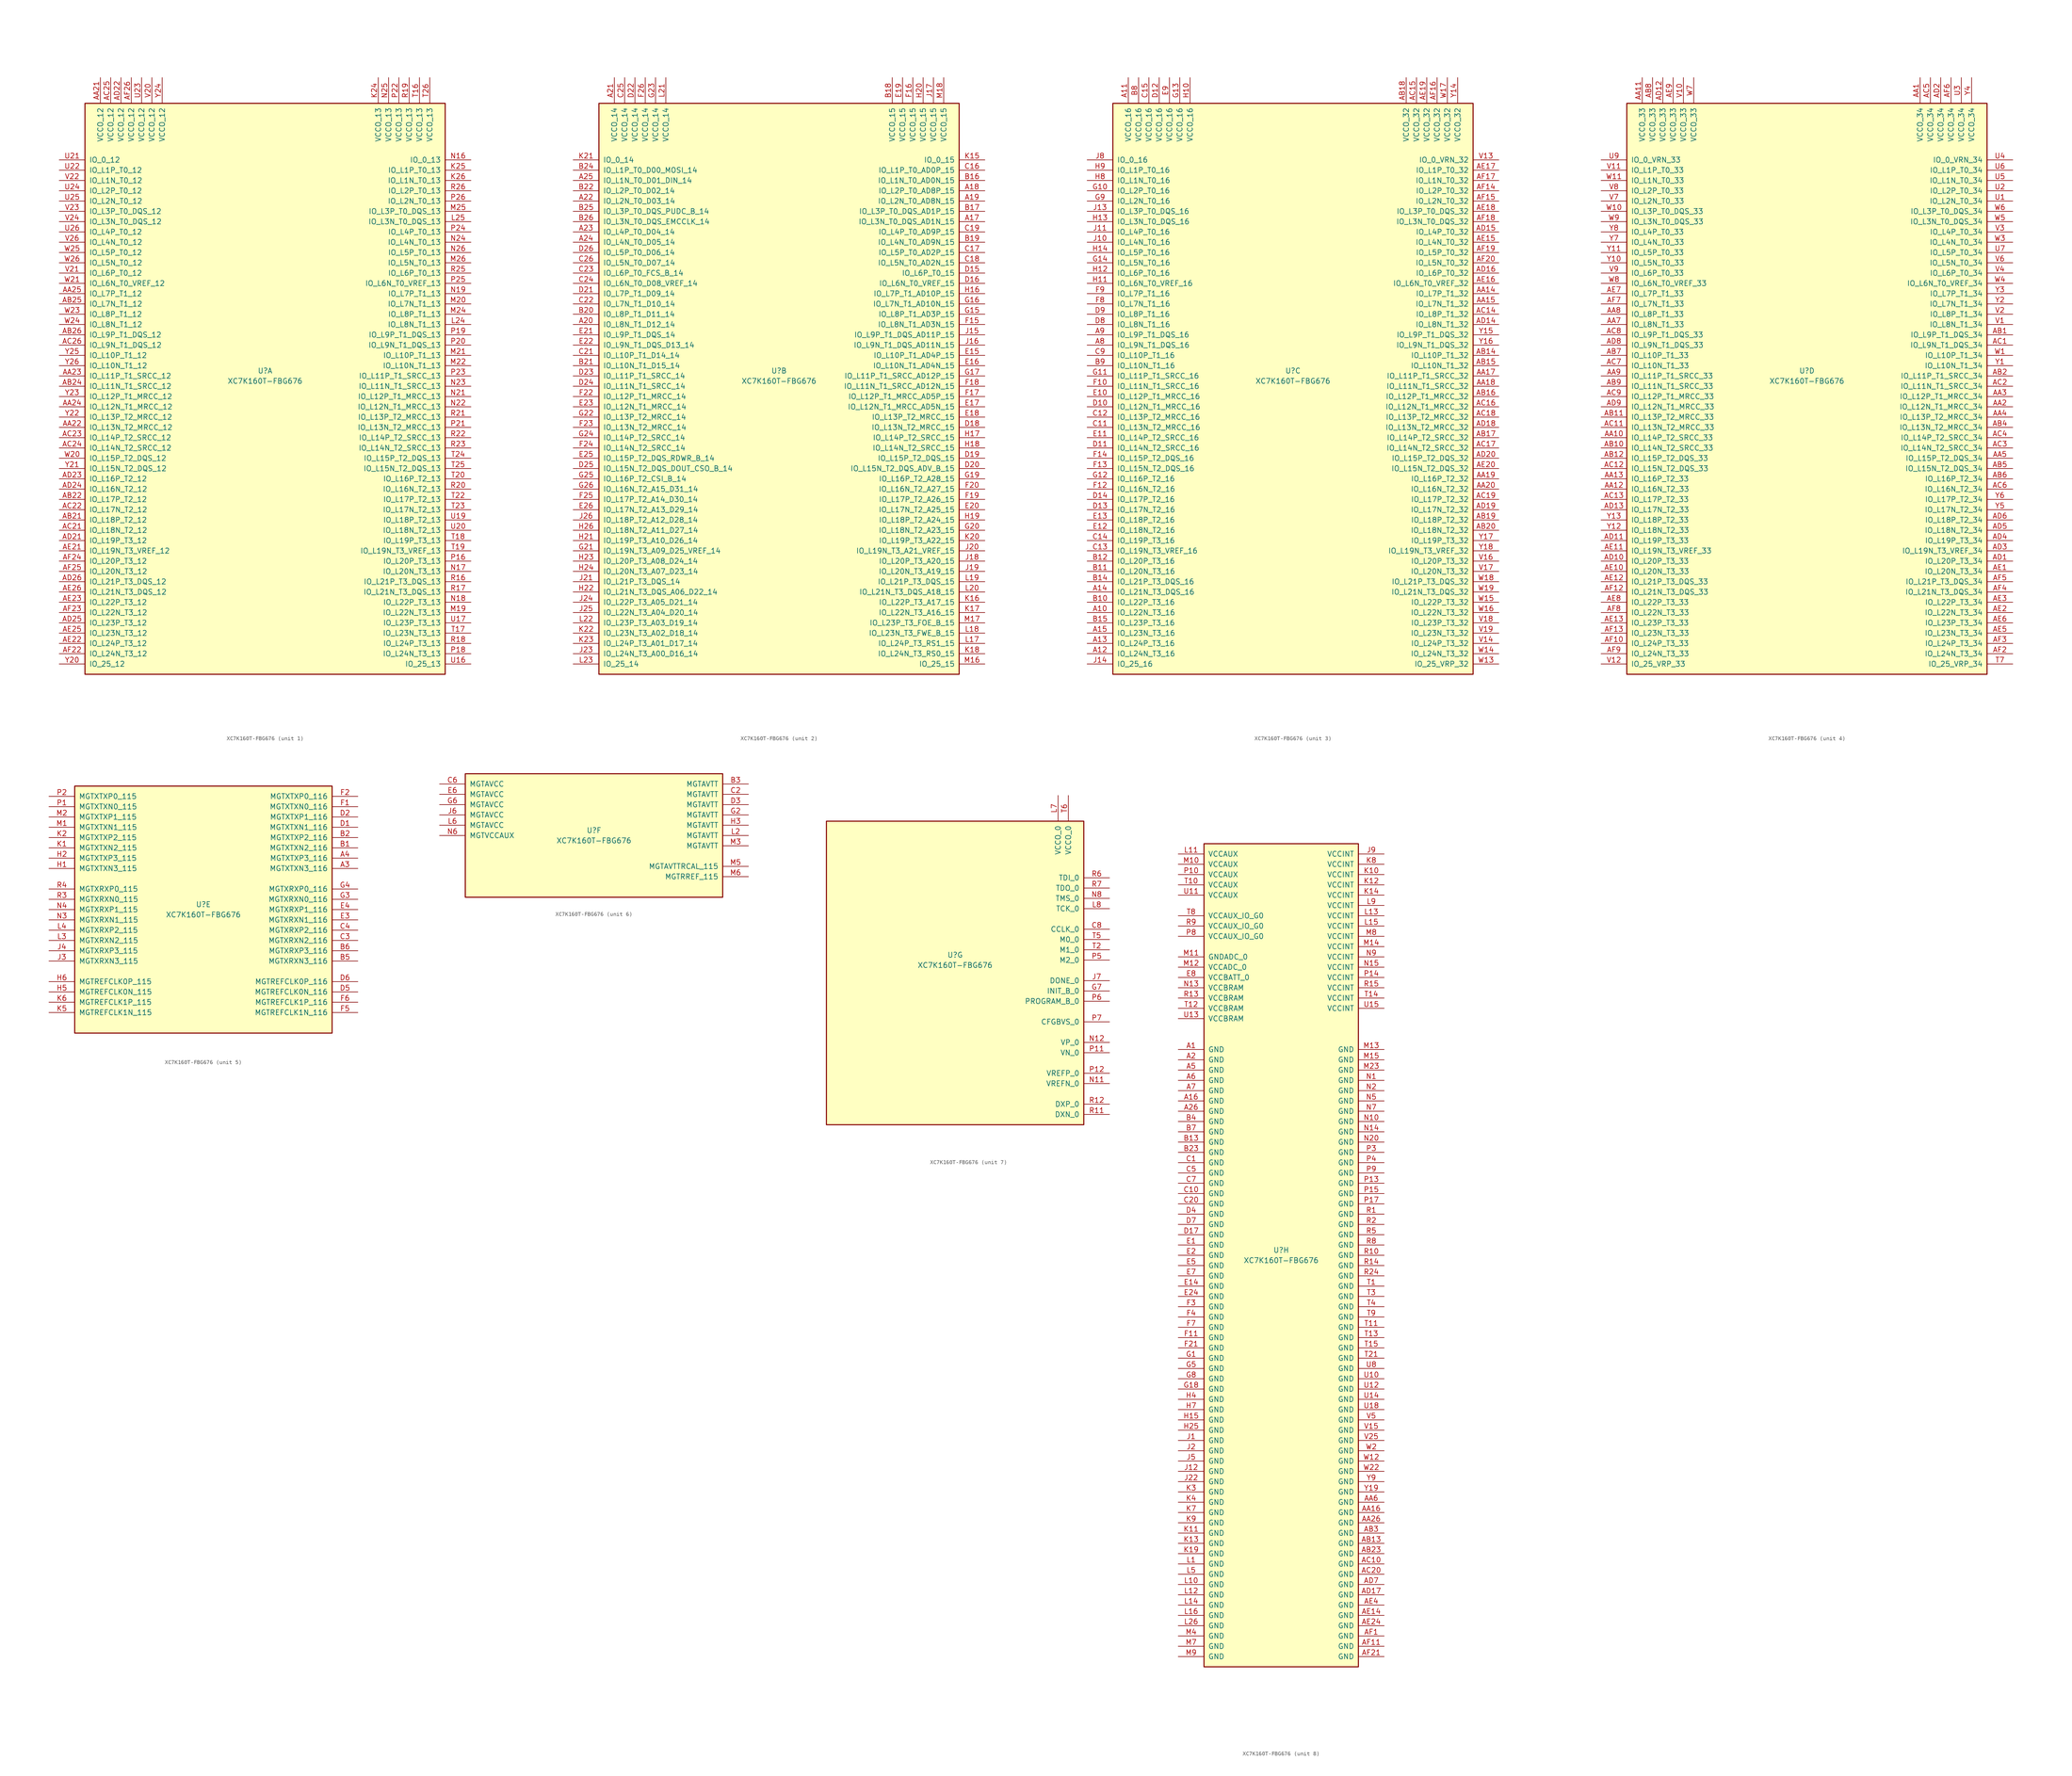
<source format=kicad_sym>
(kicad_symbol_lib
  (version 20241209)
  (generator "kicad_symbol_editor")
  (generator_version "9.0")
  (symbol "XC7K160T-FBG676"
    (pin_names
      (offset 1.016))
    (property "Reference" "U"
      (at 0 1.27 0)
      (effects (font (size 1.27 1.27))))
    (property "Value" "XC7K160T-FBG676"
      (at 0 -1.27 0)
      (effects (font (size 1.27 1.27))))
    (property "Datasheet" ""
      (at 0 0 0)
      (effects (font (size 1.27 1.27))))
    (property "ki_locked" ""
      (at 0 0 0)
      (effects (font (size 1.27 1.27))))
    (symbol "XC7K160T-FBG676_1_1"
      (rectangle (start -44.45 67.31) (end 44.45 -73.66) (stroke (width 0.254) (type default)) (fill (type background)))
      (pin bidirectional line (at -50.8 53.34 0) (length 6.35) (name "IO_0_12" (effects (font (size 1.27 1.27)))) (number "U21" (effects (font (size 1.27 1.27)))))
      (pin bidirectional line (at -50.8 50.8 0) (length 6.35) (name "IO_L1P_T0_12" (effects (font (size 1.27 1.27)))) (number "U22" (effects (font (size 1.27 1.27)))))
      (pin bidirectional line (at -50.8 48.26 0) (length 6.35) (name "IO_L1N_T0_12" (effects (font (size 1.27 1.27)))) (number "V22" (effects (font (size 1.27 1.27)))))
      (pin bidirectional line (at -50.8 45.72 0) (length 6.35) (name "IO_L2P_T0_12" (effects (font (size 1.27 1.27)))) (number "U24" (effects (font (size 1.27 1.27)))))
      (pin bidirectional line (at -50.8 43.18 0) (length 6.35) (name "IO_L2N_T0_12" (effects (font (size 1.27 1.27)))) (number "U25" (effects (font (size 1.27 1.27)))))
      (pin bidirectional line (at -50.8 40.64 0) (length 6.35) (name "IO_L3P_T0_DQS_12" (effects (font (size 1.27 1.27)))) (number "V23" (effects (font (size 1.27 1.27)))))
      (pin bidirectional line (at -50.8 38.1 0) (length 6.35) (name "IO_L3N_T0_DQS_12" (effects (font (size 1.27 1.27)))) (number "V24" (effects (font (size 1.27 1.27)))))
      (pin bidirectional line (at -50.8 35.56 0) (length 6.35) (name "IO_L4P_T0_12" (effects (font (size 1.27 1.27)))) (number "U26" (effects (font (size 1.27 1.27)))))
      (pin bidirectional line (at -50.8 33.02 0) (length 6.35) (name "IO_L4N_T0_12" (effects (font (size 1.27 1.27)))) (number "V26" (effects (font (size 1.27 1.27)))))
      (pin bidirectional line (at -50.8 30.48 0) (length 6.35) (name "IO_L5P_T0_12" (effects (font (size 1.27 1.27)))) (number "W25" (effects (font (size 1.27 1.27)))))
      (pin bidirectional line (at -50.8 27.94 0) (length 6.35) (name "IO_L5N_T0_12" (effects (font (size 1.27 1.27)))) (number "W26" (effects (font (size 1.27 1.27)))))
      (pin bidirectional line (at -50.8 25.4 0) (length 6.35) (name "IO_L6P_T0_12" (effects (font (size 1.27 1.27)))) (number "V21" (effects (font (size 1.27 1.27)))))
      (pin bidirectional line (at -50.8 22.86 0) (length 6.35) (name "IO_L6N_T0_VREF_12" (effects (font (size 1.27 1.27)))) (number "W21" (effects (font (size 1.27 1.27)))))
      (pin bidirectional line (at -50.8 20.32 0) (length 6.35) (name "IO_L7P_T1_12" (effects (font (size 1.27 1.27)))) (number "AA25" (effects (font (size 1.27 1.27)))))
      (pin bidirectional line (at -50.8 17.78 0) (length 6.35) (name "IO_L7N_T1_12" (effects (font (size 1.27 1.27)))) (number "AB25" (effects (font (size 1.27 1.27)))))
      (pin bidirectional line (at -50.8 15.24 0) (length 6.35) (name "IO_L8P_T1_12" (effects (font (size 1.27 1.27)))) (number "W23" (effects (font (size 1.27 1.27)))))
      (pin bidirectional line (at -50.8 12.7 0) (length 6.35) (name "IO_L8N_T1_12" (effects (font (size 1.27 1.27)))) (number "W24" (effects (font (size 1.27 1.27)))))
      (pin bidirectional line (at -50.8 10.16 0) (length 6.35) (name "IO_L9P_T1_DQS_12" (effects (font (size 1.27 1.27)))) (number "AB26" (effects (font (size 1.27 1.27)))))
      (pin bidirectional line (at -50.8 7.62 0) (length 6.35) (name "IO_L9N_T1_DQS_12" (effects (font (size 1.27 1.27)))) (number "AC26" (effects (font (size 1.27 1.27)))))
      (pin bidirectional line (at -50.8 5.08 0) (length 6.35) (name "IO_L10P_T1_12" (effects (font (size 1.27 1.27)))) (number "Y25" (effects (font (size 1.27 1.27)))))
      (pin bidirectional line (at -50.8 2.54 0) (length 6.35) (name "IO_L10N_T1_12" (effects (font (size 1.27 1.27)))) (number "Y26" (effects (font (size 1.27 1.27)))))
      (pin bidirectional line (at -50.8 0 0) (length 6.35) (name "IO_L11P_T1_SRCC_12" (effects (font (size 1.27 1.27)))) (number "AA23" (effects (font (size 1.27 1.27)))))
      (pin bidirectional line (at -50.8 -2.54 0) (length 6.35) (name "IO_L11N_T1_SRCC_12" (effects (font (size 1.27 1.27)))) (number "AB24" (effects (font (size 1.27 1.27)))))
      (pin bidirectional line (at -50.8 -5.08 0) (length 6.35) (name "IO_L12P_T1_MRCC_12" (effects (font (size 1.27 1.27)))) (number "Y23" (effects (font (size 1.27 1.27)))))
      (pin bidirectional line (at -50.8 -7.62 0) (length 6.35) (name "IO_L12N_T1_MRCC_12" (effects (font (size 1.27 1.27)))) (number "AA24" (effects (font (size 1.27 1.27)))))
      (pin bidirectional line (at -50.8 -10.16 0) (length 6.35) (name "IO_L13P_T2_MRCC_12" (effects (font (size 1.27 1.27)))) (number "Y22" (effects (font (size 1.27 1.27)))))
      (pin bidirectional line (at -50.8 -12.7 0) (length 6.35) (name "IO_L13N_T2_MRCC_12" (effects (font (size 1.27 1.27)))) (number "AA22" (effects (font (size 1.27 1.27)))))
      (pin bidirectional line (at -50.8 -15.24 0) (length 6.35) (name "IO_L14P_T2_SRCC_12" (effects (font (size 1.27 1.27)))) (number "AC23" (effects (font (size 1.27 1.27)))))
      (pin bidirectional line (at -50.8 -17.78 0) (length 6.35) (name "IO_L14N_T2_SRCC_12" (effects (font (size 1.27 1.27)))) (number "AC24" (effects (font (size 1.27 1.27)))))
      (pin bidirectional line (at -50.8 -20.32 0) (length 6.35) (name "IO_L15P_T2_DQS_12" (effects (font (size 1.27 1.27)))) (number "W20" (effects (font (size 1.27 1.27)))))
      (pin bidirectional line (at -50.8 -22.86 0) (length 6.35) (name "IO_L15N_T2_DQS_12" (effects (font (size 1.27 1.27)))) (number "Y21" (effects (font (size 1.27 1.27)))))
      (pin bidirectional line (at -50.8 -25.4 0) (length 6.35) (name "IO_L16P_T2_12" (effects (font (size 1.27 1.27)))) (number "AD23" (effects (font (size 1.27 1.27)))))
      (pin bidirectional line (at -50.8 -27.94 0) (length 6.35) (name "IO_L16N_T2_12" (effects (font (size 1.27 1.27)))) (number "AD24" (effects (font (size 1.27 1.27)))))
      (pin bidirectional line (at -50.8 -30.48 0) (length 6.35) (name "IO_L17P_T2_12" (effects (font (size 1.27 1.27)))) (number "AB22" (effects (font (size 1.27 1.27)))))
      (pin bidirectional line (at -50.8 -33.02 0) (length 6.35) (name "IO_L17N_T2_12" (effects (font (size 1.27 1.27)))) (number "AC22" (effects (font (size 1.27 1.27)))))
      (pin bidirectional line (at -50.8 -35.56 0) (length 6.35) (name "IO_L18P_T2_12" (effects (font (size 1.27 1.27)))) (number "AB21" (effects (font (size 1.27 1.27)))))
      (pin bidirectional line (at -50.8 -38.1 0) (length 6.35) (name "IO_L18N_T2_12" (effects (font (size 1.27 1.27)))) (number "AC21" (effects (font (size 1.27 1.27)))))
      (pin bidirectional line (at -50.8 -40.64 0) (length 6.35) (name "IO_L19P_T3_12" (effects (font (size 1.27 1.27)))) (number "AD21" (effects (font (size 1.27 1.27)))))
      (pin bidirectional line (at -50.8 -43.18 0) (length 6.35) (name "IO_L19N_T3_VREF_12" (effects (font (size 1.27 1.27)))) (number "AE21" (effects (font (size 1.27 1.27)))))
      (pin bidirectional line (at -50.8 -45.72 0) (length 6.35) (name "IO_L20P_T3_12" (effects (font (size 1.27 1.27)))) (number "AF24" (effects (font (size 1.27 1.27)))))
      (pin bidirectional line (at -50.8 -48.26 0) (length 6.35) (name "IO_L20N_T3_12" (effects (font (size 1.27 1.27)))) (number "AF25" (effects (font (size 1.27 1.27)))))
      (pin bidirectional line (at -50.8 -50.8 0) (length 6.35) (name "IO_L21P_T3_DQS_12" (effects (font (size 1.27 1.27)))) (number "AD26" (effects (font (size 1.27 1.27)))))
      (pin bidirectional line (at -50.8 -53.34 0) (length 6.35) (name "IO_L21N_T3_DQS_12" (effects (font (size 1.27 1.27)))) (number "AE26" (effects (font (size 1.27 1.27)))))
      (pin bidirectional line (at -50.8 -55.88 0) (length 6.35) (name "IO_L22P_T3_12" (effects (font (size 1.27 1.27)))) (number "AE23" (effects (font (size 1.27 1.27)))))
      (pin bidirectional line (at -50.8 -58.42 0) (length 6.35) (name "IO_L22N_T3_12" (effects (font (size 1.27 1.27)))) (number "AF23" (effects (font (size 1.27 1.27)))))
      (pin bidirectional line (at -50.8 -60.96 0) (length 6.35) (name "IO_L23P_T3_12" (effects (font (size 1.27 1.27)))) (number "AD25" (effects (font (size 1.27 1.27)))))
      (pin bidirectional line (at -50.8 -63.5 0) (length 6.35) (name "IO_L23N_T3_12" (effects (font (size 1.27 1.27)))) (number "AE25" (effects (font (size 1.27 1.27)))))
      (pin bidirectional line (at -50.8 -66.04 0) (length 6.35) (name "IO_L24P_T3_12" (effects (font (size 1.27 1.27)))) (number "AE22" (effects (font (size 1.27 1.27)))))
      (pin bidirectional line (at -50.8 -68.58 0) (length 6.35) (name "IO_L24N_T3_12" (effects (font (size 1.27 1.27)))) (number "AF22" (effects (font (size 1.27 1.27)))))
      (pin bidirectional line (at -50.8 -71.12 0) (length 6.35) (name "IO_25_12" (effects (font (size 1.27 1.27)))) (number "Y20" (effects (font (size 1.27 1.27)))))
      (pin power_in line (at -40.64 73.66 270) (length 6.35) (name "VCCO_12" (effects (font (size 1.27 1.27)))) (number "AA21" (effects (font (size 1.27 1.27)))))
      (pin power_in line (at -38.1 73.66 270) (length 6.35) (name "VCCO_12" (effects (font (size 1.27 1.27)))) (number "AC25" (effects (font (size 1.27 1.27)))))
      (pin power_in line (at -35.56 73.66 270) (length 6.35) (name "VCCO_12" (effects (font (size 1.27 1.27)))) (number "AD22" (effects (font (size 1.27 1.27)))))
      (pin power_in line (at -33.02 73.66 270) (length 6.35) (name "VCCO_12" (effects (font (size 1.27 1.27)))) (number "AF26" (effects (font (size 1.27 1.27)))))
      (pin power_in line (at -30.48 73.66 270) (length 6.35) (name "VCCO_12" (effects (font (size 1.27 1.27)))) (number "U23" (effects (font (size 1.27 1.27)))))
      (pin power_in line (at -27.94 73.66 270) (length 6.35) (name "VCCO_12" (effects (font (size 1.27 1.27)))) (number "V20" (effects (font (size 1.27 1.27)))))
      (pin power_in line (at -25.4 73.66 270) (length 6.35) (name "VCCO_12" (effects (font (size 1.27 1.27)))) (number "Y24" (effects (font (size 1.27 1.27)))))
      (pin power_in line (at 27.94 73.66 270) (length 6.35) (name "VCCO_13" (effects (font (size 1.27 1.27)))) (number "K24" (effects (font (size 1.27 1.27)))))
      (pin power_in line (at 30.48 73.66 270) (length 6.35) (name "VCCO_13" (effects (font (size 1.27 1.27)))) (number "N25" (effects (font (size 1.27 1.27)))))
      (pin power_in line (at 33.02 73.66 270) (length 6.35) (name "VCCO_13" (effects (font (size 1.27 1.27)))) (number "P22" (effects (font (size 1.27 1.27)))))
      (pin power_in line (at 35.56 73.66 270) (length 6.35) (name "VCCO_13" (effects (font (size 1.27 1.27)))) (number "R19" (effects (font (size 1.27 1.27)))))
      (pin power_in line (at 38.1 73.66 270) (length 6.35) (name "VCCO_13" (effects (font (size 1.27 1.27)))) (number "T16" (effects (font (size 1.27 1.27)))))
      (pin power_in line (at 40.64 73.66 270) (length 6.35) (name "VCCO_13" (effects (font (size 1.27 1.27)))) (number "T26" (effects (font (size 1.27 1.27)))))
      (pin bidirectional line (at 50.8 53.34 180) (length 6.35) (name "IO_0_13" (effects (font (size 1.27 1.27)))) (number "N16" (effects (font (size 1.27 1.27)))))
      (pin bidirectional line (at 50.8 50.8 180) (length 6.35) (name "IO_L1P_T0_13" (effects (font (size 1.27 1.27)))) (number "K25" (effects (font (size 1.27 1.27)))))
      (pin bidirectional line (at 50.8 48.26 180) (length 6.35) (name "IO_L1N_T0_13" (effects (font (size 1.27 1.27)))) (number "K26" (effects (font (size 1.27 1.27)))))
      (pin bidirectional line (at 50.8 45.72 180) (length 6.35) (name "IO_L2P_T0_13" (effects (font (size 1.27 1.27)))) (number "R26" (effects (font (size 1.27 1.27)))))
      (pin bidirectional line (at 50.8 43.18 180) (length 6.35) (name "IO_L2N_T0_13" (effects (font (size 1.27 1.27)))) (number "P26" (effects (font (size 1.27 1.27)))))
      (pin bidirectional line (at 50.8 40.64 180) (length 6.35) (name "IO_L3P_T0_DQS_13" (effects (font (size 1.27 1.27)))) (number "M25" (effects (font (size 1.27 1.27)))))
      (pin bidirectional line (at 50.8 38.1 180) (length 6.35) (name "IO_L3N_T0_DQS_13" (effects (font (size 1.27 1.27)))) (number "L25" (effects (font (size 1.27 1.27)))))
      (pin bidirectional line (at 50.8 35.56 180) (length 6.35) (name "IO_L4P_T0_13" (effects (font (size 1.27 1.27)))) (number "P24" (effects (font (size 1.27 1.27)))))
      (pin bidirectional line (at 50.8 33.02 180) (length 6.35) (name "IO_L4N_T0_13" (effects (font (size 1.27 1.27)))) (number "N24" (effects (font (size 1.27 1.27)))))
      (pin bidirectional line (at 50.8 30.48 180) (length 6.35) (name "IO_L5P_T0_13" (effects (font (size 1.27 1.27)))) (number "N26" (effects (font (size 1.27 1.27)))))
      (pin bidirectional line (at 50.8 27.94 180) (length 6.35) (name "IO_L5N_T0_13" (effects (font (size 1.27 1.27)))) (number "M26" (effects (font (size 1.27 1.27)))))
      (pin bidirectional line (at 50.8 25.4 180) (length 6.35) (name "IO_L6P_T0_13" (effects (font (size 1.27 1.27)))) (number "R25" (effects (font (size 1.27 1.27)))))
      (pin bidirectional line (at 50.8 22.86 180) (length 6.35) (name "IO_L6N_T0_VREF_13" (effects (font (size 1.27 1.27)))) (number "P25" (effects (font (size 1.27 1.27)))))
      (pin bidirectional line (at 50.8 20.32 180) (length 6.35) (name "IO_L7P_T1_13" (effects (font (size 1.27 1.27)))) (number "N19" (effects (font (size 1.27 1.27)))))
      (pin bidirectional line (at 50.8 17.78 180) (length 6.35) (name "IO_L7N_T1_13" (effects (font (size 1.27 1.27)))) (number "M20" (effects (font (size 1.27 1.27)))))
      (pin bidirectional line (at 50.8 15.24 180) (length 6.35) (name "IO_L8P_T1_13" (effects (font (size 1.27 1.27)))) (number "M24" (effects (font (size 1.27 1.27)))))
      (pin bidirectional line (at 50.8 12.7 180) (length 6.35) (name "IO_L8N_T1_13" (effects (font (size 1.27 1.27)))) (number "L24" (effects (font (size 1.27 1.27)))))
      (pin bidirectional line (at 50.8 10.16 180) (length 6.35) (name "IO_L9P_T1_DQS_13" (effects (font (size 1.27 1.27)))) (number "P19" (effects (font (size 1.27 1.27)))))
      (pin bidirectional line (at 50.8 7.62 180) (length 6.35) (name "IO_L9N_T1_DQS_13" (effects (font (size 1.27 1.27)))) (number "P20" (effects (font (size 1.27 1.27)))))
      (pin bidirectional line (at 50.8 5.08 180) (length 6.35) (name "IO_L10P_T1_13" (effects (font (size 1.27 1.27)))) (number "M21" (effects (font (size 1.27 1.27)))))
      (pin bidirectional line (at 50.8 2.54 180) (length 6.35) (name "IO_L10N_T1_13" (effects (font (size 1.27 1.27)))) (number "M22" (effects (font (size 1.27 1.27)))))
      (pin bidirectional line (at 50.8 0 180) (length 6.35) (name "IO_L11P_T1_SRCC_13" (effects (font (size 1.27 1.27)))) (number "P23" (effects (font (size 1.27 1.27)))))
      (pin bidirectional line (at 50.8 -2.54 180) (length 6.35) (name "IO_L11N_T1_SRCC_13" (effects (font (size 1.27 1.27)))) (number "N23" (effects (font (size 1.27 1.27)))))
      (pin bidirectional line (at 50.8 -5.08 180) (length 6.35) (name "IO_L12P_T1_MRCC_13" (effects (font (size 1.27 1.27)))) (number "N21" (effects (font (size 1.27 1.27)))))
      (pin bidirectional line (at 50.8 -7.62 180) (length 6.35) (name "IO_L12N_T1_MRCC_13" (effects (font (size 1.27 1.27)))) (number "N22" (effects (font (size 1.27 1.27)))))
      (pin bidirectional line (at 50.8 -10.16 180) (length 6.35) (name "IO_L13P_T2_MRCC_13" (effects (font (size 1.27 1.27)))) (number "R21" (effects (font (size 1.27 1.27)))))
      (pin bidirectional line (at 50.8 -12.7 180) (length 6.35) (name "IO_L13N_T2_MRCC_13" (effects (font (size 1.27 1.27)))) (number "P21" (effects (font (size 1.27 1.27)))))
      (pin bidirectional line (at 50.8 -15.24 180) (length 6.35) (name "IO_L14P_T2_SRCC_13" (effects (font (size 1.27 1.27)))) (number "R22" (effects (font (size 1.27 1.27)))))
      (pin bidirectional line (at 50.8 -17.78 180) (length 6.35) (name "IO_L14N_T2_SRCC_13" (effects (font (size 1.27 1.27)))) (number "R23" (effects (font (size 1.27 1.27)))))
      (pin bidirectional line (at 50.8 -20.32 180) (length 6.35) (name "IO_L15P_T2_DQS_13" (effects (font (size 1.27 1.27)))) (number "T24" (effects (font (size 1.27 1.27)))))
      (pin bidirectional line (at 50.8 -22.86 180) (length 6.35) (name "IO_L15N_T2_DQS_13" (effects (font (size 1.27 1.27)))) (number "T25" (effects (font (size 1.27 1.27)))))
      (pin bidirectional line (at 50.8 -25.4 180) (length 6.35) (name "IO_L16P_T2_13" (effects (font (size 1.27 1.27)))) (number "T20" (effects (font (size 1.27 1.27)))))
      (pin bidirectional line (at 50.8 -27.94 180) (length 6.35) (name "IO_L16N_T2_13" (effects (font (size 1.27 1.27)))) (number "R20" (effects (font (size 1.27 1.27)))))
      (pin bidirectional line (at 50.8 -30.48 180) (length 6.35) (name "IO_L17P_T2_13" (effects (font (size 1.27 1.27)))) (number "T22" (effects (font (size 1.27 1.27)))))
      (pin bidirectional line (at 50.8 -33.02 180) (length 6.35) (name "IO_L17N_T2_13" (effects (font (size 1.27 1.27)))) (number "T23" (effects (font (size 1.27 1.27)))))
      (pin bidirectional line (at 50.8 -35.56 180) (length 6.35) (name "IO_L18P_T2_13" (effects (font (size 1.27 1.27)))) (number "U19" (effects (font (size 1.27 1.27)))))
      (pin bidirectional line (at 50.8 -38.1 180) (length 6.35) (name "IO_L18N_T2_13" (effects (font (size 1.27 1.27)))) (number "U20" (effects (font (size 1.27 1.27)))))
      (pin bidirectional line (at 50.8 -40.64 180) (length 6.35) (name "IO_L19P_T3_13" (effects (font (size 1.27 1.27)))) (number "T18" (effects (font (size 1.27 1.27)))))
      (pin bidirectional line (at 50.8 -43.18 180) (length 6.35) (name "IO_L19N_T3_VREF_13" (effects (font (size 1.27 1.27)))) (number "T19" (effects (font (size 1.27 1.27)))))
      (pin bidirectional line (at 50.8 -45.72 180) (length 6.35) (name "IO_L20P_T3_13" (effects (font (size 1.27 1.27)))) (number "P16" (effects (font (size 1.27 1.27)))))
      (pin bidirectional line (at 50.8 -48.26 180) (length 6.35) (name "IO_L20N_T3_13" (effects (font (size 1.27 1.27)))) (number "N17" (effects (font (size 1.27 1.27)))))
      (pin bidirectional line (at 50.8 -50.8 180) (length 6.35) (name "IO_L21P_T3_DQS_13" (effects (font (size 1.27 1.27)))) (number "R16" (effects (font (size 1.27 1.27)))))
      (pin bidirectional line (at 50.8 -53.34 180) (length 6.35) (name "IO_L21N_T3_DQS_13" (effects (font (size 1.27 1.27)))) (number "R17" (effects (font (size 1.27 1.27)))))
      (pin bidirectional line (at 50.8 -55.88 180) (length 6.35) (name "IO_L22P_T3_13" (effects (font (size 1.27 1.27)))) (number "N18" (effects (font (size 1.27 1.27)))))
      (pin bidirectional line (at 50.8 -58.42 180) (length 6.35) (name "IO_L22N_T3_13" (effects (font (size 1.27 1.27)))) (number "M19" (effects (font (size 1.27 1.27)))))
      (pin bidirectional line (at 50.8 -60.96 180) (length 6.35) (name "IO_L23P_T3_13" (effects (font (size 1.27 1.27)))) (number "U17" (effects (font (size 1.27 1.27)))))
      (pin bidirectional line (at 50.8 -63.5 180) (length 6.35) (name "IO_L23N_T3_13" (effects (font (size 1.27 1.27)))) (number "T17" (effects (font (size 1.27 1.27)))))
      (pin bidirectional line (at 50.8 -66.04 180) (length 6.35) (name "IO_L24P_T3_13" (effects (font (size 1.27 1.27)))) (number "R18" (effects (font (size 1.27 1.27)))))
      (pin bidirectional line (at 50.8 -68.58 180) (length 6.35) (name "IO_L24N_T3_13" (effects (font (size 1.27 1.27)))) (number "P18" (effects (font (size 1.27 1.27)))))
      (pin bidirectional line (at 50.8 -71.12 180) (length 6.35) (name "IO_25_13" (effects (font (size 1.27 1.27)))) (number "U16" (effects (font (size 1.27 1.27))))))
    (symbol "XC7K160T-FBG676_2_1"
      (rectangle (start -44.45 67.31) (end 44.45 -73.66) (stroke (width 0.254) (type default)) (fill (type background)))
      (pin bidirectional line (at -50.8 53.34 0) (length 6.35) (name "IO_0_14" (effects (font (size 1.27 1.27)))) (number "K21" (effects (font (size 1.27 1.27)))))
      (pin bidirectional line (at -50.8 50.8 0) (length 6.35) (name "IO_L1P_T0_D00_MOSI_14" (effects (font (size 1.27 1.27)))) (number "B24" (effects (font (size 1.27 1.27)))))
      (pin bidirectional line (at -50.8 48.26 0) (length 6.35) (name "IO_L1N_T0_D01_DIN_14" (effects (font (size 1.27 1.27)))) (number "A25" (effects (font (size 1.27 1.27)))))
      (pin bidirectional line (at -50.8 45.72 0) (length 6.35) (name "IO_L2P_T0_D02_14" (effects (font (size 1.27 1.27)))) (number "B22" (effects (font (size 1.27 1.27)))))
      (pin bidirectional line (at -50.8 43.18 0) (length 6.35) (name "IO_L2N_T0_D03_14" (effects (font (size 1.27 1.27)))) (number "A22" (effects (font (size 1.27 1.27)))))
      (pin bidirectional line (at -50.8 40.64 0) (length 6.35) (name "IO_L3P_T0_DQS_PUDC_B_14" (effects (font (size 1.27 1.27)))) (number "B25" (effects (font (size 1.27 1.27)))))
      (pin bidirectional line (at -50.8 38.1 0) (length 6.35) (name "IO_L3N_T0_DQS_EMCCLK_14" (effects (font (size 1.27 1.27)))) (number "B26" (effects (font (size 1.27 1.27)))))
      (pin bidirectional line (at -50.8 35.56 0) (length 6.35) (name "IO_L4P_T0_D04_14" (effects (font (size 1.27 1.27)))) (number "A23" (effects (font (size 1.27 1.27)))))
      (pin bidirectional line (at -50.8 33.02 0) (length 6.35) (name "IO_L4N_T0_D05_14" (effects (font (size 1.27 1.27)))) (number "A24" (effects (font (size 1.27 1.27)))))
      (pin bidirectional line (at -50.8 30.48 0) (length 6.35) (name "IO_L5P_T0_D06_14" (effects (font (size 1.27 1.27)))) (number "D26" (effects (font (size 1.27 1.27)))))
      (pin bidirectional line (at -50.8 27.94 0) (length 6.35) (name "IO_L5N_T0_D07_14" (effects (font (size 1.27 1.27)))) (number "C26" (effects (font (size 1.27 1.27)))))
      (pin bidirectional line (at -50.8 25.4 0) (length 6.35) (name "IO_L6P_T0_FCS_B_14" (effects (font (size 1.27 1.27)))) (number "C23" (effects (font (size 1.27 1.27)))))
      (pin bidirectional line (at -50.8 22.86 0) (length 6.35) (name "IO_L6N_T0_D08_VREF_14" (effects (font (size 1.27 1.27)))) (number "C24" (effects (font (size 1.27 1.27)))))
      (pin bidirectional line (at -50.8 20.32 0) (length 6.35) (name "IO_L7P_T1_D09_14" (effects (font (size 1.27 1.27)))) (number "D21" (effects (font (size 1.27 1.27)))))
      (pin bidirectional line (at -50.8 17.78 0) (length 6.35) (name "IO_L7N_T1_D10_14" (effects (font (size 1.27 1.27)))) (number "C22" (effects (font (size 1.27 1.27)))))
      (pin bidirectional line (at -50.8 15.24 0) (length 6.35) (name "IO_L8P_T1_D11_14" (effects (font (size 1.27 1.27)))) (number "B20" (effects (font (size 1.27 1.27)))))
      (pin bidirectional line (at -50.8 12.7 0) (length 6.35) (name "IO_L8N_T1_D12_14" (effects (font (size 1.27 1.27)))) (number "A20" (effects (font (size 1.27 1.27)))))
      (pin bidirectional line (at -50.8 10.16 0) (length 6.35) (name "IO_L9P_T1_DQS_14" (effects (font (size 1.27 1.27)))) (number "E21" (effects (font (size 1.27 1.27)))))
      (pin bidirectional line (at -50.8 7.62 0) (length 6.35) (name "IO_L9N_T1_DQS_D13_14" (effects (font (size 1.27 1.27)))) (number "E22" (effects (font (size 1.27 1.27)))))
      (pin bidirectional line (at -50.8 5.08 0) (length 6.35) (name "IO_L10P_T1_D14_14" (effects (font (size 1.27 1.27)))) (number "C21" (effects (font (size 1.27 1.27)))))
      (pin bidirectional line (at -50.8 2.54 0) (length 6.35) (name "IO_L10N_T1_D15_14" (effects (font (size 1.27 1.27)))) (number "B21" (effects (font (size 1.27 1.27)))))
      (pin bidirectional line (at -50.8 0 0) (length 6.35) (name "IO_L11P_T1_SRCC_14" (effects (font (size 1.27 1.27)))) (number "D23" (effects (font (size 1.27 1.27)))))
      (pin bidirectional line (at -50.8 -2.54 0) (length 6.35) (name "IO_L11N_T1_SRCC_14" (effects (font (size 1.27 1.27)))) (number "D24" (effects (font (size 1.27 1.27)))))
      (pin bidirectional line (at -50.8 -5.08 0) (length 6.35) (name "IO_L12P_T1_MRCC_14" (effects (font (size 1.27 1.27)))) (number "F22" (effects (font (size 1.27 1.27)))))
      (pin bidirectional line (at -50.8 -7.62 0) (length 6.35) (name "IO_L12N_T1_MRCC_14" (effects (font (size 1.27 1.27)))) (number "E23" (effects (font (size 1.27 1.27)))))
      (pin bidirectional line (at -50.8 -10.16 0) (length 6.35) (name "IO_L13P_T2_MRCC_14" (effects (font (size 1.27 1.27)))) (number "G22" (effects (font (size 1.27 1.27)))))
      (pin bidirectional line (at -50.8 -12.7 0) (length 6.35) (name "IO_L13N_T2_MRCC_14" (effects (font (size 1.27 1.27)))) (number "F23" (effects (font (size 1.27 1.27)))))
      (pin bidirectional line (at -50.8 -15.24 0) (length 6.35) (name "IO_L14P_T2_SRCC_14" (effects (font (size 1.27 1.27)))) (number "G24" (effects (font (size 1.27 1.27)))))
      (pin bidirectional line (at -50.8 -17.78 0) (length 6.35) (name "IO_L14N_T2_SRCC_14" (effects (font (size 1.27 1.27)))) (number "F24" (effects (font (size 1.27 1.27)))))
      (pin bidirectional line (at -50.8 -20.32 0) (length 6.35) (name "IO_L15P_T2_DQS_RDWR_B_14" (effects (font (size 1.27 1.27)))) (number "E25" (effects (font (size 1.27 1.27)))))
      (pin bidirectional line (at -50.8 -22.86 0) (length 6.35) (name "IO_L15N_T2_DQS_DOUT_CSO_B_14" (effects (font (size 1.27 1.27)))) (number "D25" (effects (font (size 1.27 1.27)))))
      (pin bidirectional line (at -50.8 -25.4 0) (length 6.35) (name "IO_L16P_T2_CSI_B_14" (effects (font (size 1.27 1.27)))) (number "G25" (effects (font (size 1.27 1.27)))))
      (pin bidirectional line (at -50.8 -27.94 0) (length 6.35) (name "IO_L16N_T2_A15_D31_14" (effects (font (size 1.27 1.27)))) (number "G26" (effects (font (size 1.27 1.27)))))
      (pin bidirectional line (at -50.8 -30.48 0) (length 6.35) (name "IO_L17P_T2_A14_D30_14" (effects (font (size 1.27 1.27)))) (number "F25" (effects (font (size 1.27 1.27)))))
      (pin bidirectional line (at -50.8 -33.02 0) (length 6.35) (name "IO_L17N_T2_A13_D29_14" (effects (font (size 1.27 1.27)))) (number "E26" (effects (font (size 1.27 1.27)))))
      (pin bidirectional line (at -50.8 -35.56 0) (length 6.35) (name "IO_L18P_T2_A12_D28_14" (effects (font (size 1.27 1.27)))) (number "J26" (effects (font (size 1.27 1.27)))))
      (pin bidirectional line (at -50.8 -38.1 0) (length 6.35) (name "IO_L18N_T2_A11_D27_14" (effects (font (size 1.27 1.27)))) (number "H26" (effects (font (size 1.27 1.27)))))
      (pin bidirectional line (at -50.8 -40.64 0) (length 6.35) (name "IO_L19P_T3_A10_D26_14" (effects (font (size 1.27 1.27)))) (number "H21" (effects (font (size 1.27 1.27)))))
      (pin bidirectional line (at -50.8 -43.18 0) (length 6.35) (name "IO_L19N_T3_A09_D25_VREF_14" (effects (font (size 1.27 1.27)))) (number "G21" (effects (font (size 1.27 1.27)))))
      (pin bidirectional line (at -50.8 -45.72 0) (length 6.35) (name "IO_L20P_T3_A08_D24_14" (effects (font (size 1.27 1.27)))) (number "H23" (effects (font (size 1.27 1.27)))))
      (pin bidirectional line (at -50.8 -48.26 0) (length 6.35) (name "IO_L20N_T3_A07_D23_14" (effects (font (size 1.27 1.27)))) (number "H24" (effects (font (size 1.27 1.27)))))
      (pin bidirectional line (at -50.8 -50.8 0) (length 6.35) (name "IO_L21P_T3_DQS_14" (effects (font (size 1.27 1.27)))) (number "J21" (effects (font (size 1.27 1.27)))))
      (pin bidirectional line (at -50.8 -53.34 0) (length 6.35) (name "IO_L21N_T3_DQS_A06_D22_14" (effects (font (size 1.27 1.27)))) (number "H22" (effects (font (size 1.27 1.27)))))
      (pin bidirectional line (at -50.8 -55.88 0) (length 6.35) (name "IO_L22P_T3_A05_D21_14" (effects (font (size 1.27 1.27)))) (number "J24" (effects (font (size 1.27 1.27)))))
      (pin bidirectional line (at -50.8 -58.42 0) (length 6.35) (name "IO_L22N_T3_A04_D20_14" (effects (font (size 1.27 1.27)))) (number "J25" (effects (font (size 1.27 1.27)))))
      (pin bidirectional line (at -50.8 -60.96 0) (length 6.35) (name "IO_L23P_T3_A03_D19_14" (effects (font (size 1.27 1.27)))) (number "L22" (effects (font (size 1.27 1.27)))))
      (pin bidirectional line (at -50.8 -63.5 0) (length 6.35) (name "IO_L23N_T3_A02_D18_14" (effects (font (size 1.27 1.27)))) (number "K22" (effects (font (size 1.27 1.27)))))
      (pin bidirectional line (at -50.8 -66.04 0) (length 6.35) (name "IO_L24P_T3_A01_D17_14" (effects (font (size 1.27 1.27)))) (number "K23" (effects (font (size 1.27 1.27)))))
      (pin bidirectional line (at -50.8 -68.58 0) (length 6.35) (name "IO_L24N_T3_A00_D16_14" (effects (font (size 1.27 1.27)))) (number "J23" (effects (font (size 1.27 1.27)))))
      (pin bidirectional line (at -50.8 -71.12 0) (length 6.35) (name "IO_25_14" (effects (font (size 1.27 1.27)))) (number "L23" (effects (font (size 1.27 1.27)))))
      (pin power_in line (at -40.64 73.66 270) (length 6.35) (name "VCCO_14" (effects (font (size 1.27 1.27)))) (number "A21" (effects (font (size 1.27 1.27)))))
      (pin power_in line (at -38.1 73.66 270) (length 6.35) (name "VCCO_14" (effects (font (size 1.27 1.27)))) (number "C25" (effects (font (size 1.27 1.27)))))
      (pin power_in line (at -35.56 73.66 270) (length 6.35) (name "VCCO_14" (effects (font (size 1.27 1.27)))) (number "D22" (effects (font (size 1.27 1.27)))))
      (pin power_in line (at -33.02 73.66 270) (length 6.35) (name "VCCO_14" (effects (font (size 1.27 1.27)))) (number "F26" (effects (font (size 1.27 1.27)))))
      (pin power_in line (at -30.48 73.66 270) (length 6.35) (name "VCCO_14" (effects (font (size 1.27 1.27)))) (number "G23" (effects (font (size 1.27 1.27)))))
      (pin power_in line (at -27.94 73.66 270) (length 6.35) (name "VCCO_14" (effects (font (size 1.27 1.27)))) (number "L21" (effects (font (size 1.27 1.27)))))
      (pin power_in line (at 27.94 73.66 270) (length 6.35) (name "VCCO_15" (effects (font (size 1.27 1.27)))) (number "B18" (effects (font (size 1.27 1.27)))))
      (pin power_in line (at 30.48 73.66 270) (length 6.35) (name "VCCO_15" (effects (font (size 1.27 1.27)))) (number "E19" (effects (font (size 1.27 1.27)))))
      (pin power_in line (at 33.02 73.66 270) (length 6.35) (name "VCCO_15" (effects (font (size 1.27 1.27)))) (number "F16" (effects (font (size 1.27 1.27)))))
      (pin power_in line (at 35.56 73.66 270) (length 6.35) (name "VCCO_15" (effects (font (size 1.27 1.27)))) (number "H20" (effects (font (size 1.27 1.27)))))
      (pin power_in line (at 38.1 73.66 270) (length 6.35) (name "VCCO_15" (effects (font (size 1.27 1.27)))) (number "J17" (effects (font (size 1.27 1.27)))))
      (pin power_in line (at 40.64 73.66 270) (length 6.35) (name "VCCO_15" (effects (font (size 1.27 1.27)))) (number "M18" (effects (font (size 1.27 1.27)))))
      (pin bidirectional line (at 50.8 53.34 180) (length 6.35) (name "IO_0_15" (effects (font (size 1.27 1.27)))) (number "K15" (effects (font (size 1.27 1.27)))))
      (pin bidirectional line (at 50.8 50.8 180) (length 6.35) (name "IO_L1P_T0_AD0P_15" (effects (font (size 1.27 1.27)))) (number "C16" (effects (font (size 1.27 1.27)))))
      (pin bidirectional line (at 50.8 48.26 180) (length 6.35) (name "IO_L1N_T0_AD0N_15" (effects (font (size 1.27 1.27)))) (number "B16" (effects (font (size 1.27 1.27)))))
      (pin bidirectional line (at 50.8 45.72 180) (length 6.35) (name "IO_L2P_T0_AD8P_15" (effects (font (size 1.27 1.27)))) (number "A18" (effects (font (size 1.27 1.27)))))
      (pin bidirectional line (at 50.8 43.18 180) (length 6.35) (name "IO_L2N_T0_AD8N_15" (effects (font (size 1.27 1.27)))) (number "A19" (effects (font (size 1.27 1.27)))))
      (pin bidirectional line (at 50.8 40.64 180) (length 6.35) (name "IO_L3P_T0_DQS_AD1P_15" (effects (font (size 1.27 1.27)))) (number "B17" (effects (font (size 1.27 1.27)))))
      (pin bidirectional line (at 50.8 38.1 180) (length 6.35) (name "IO_L3N_T0_DQS_AD1N_15" (effects (font (size 1.27 1.27)))) (number "A17" (effects (font (size 1.27 1.27)))))
      (pin bidirectional line (at 50.8 35.56 180) (length 6.35) (name "IO_L4P_T0_AD9P_15" (effects (font (size 1.27 1.27)))) (number "C19" (effects (font (size 1.27 1.27)))))
      (pin bidirectional line (at 50.8 33.02 180) (length 6.35) (name "IO_L4N_T0_AD9N_15" (effects (font (size 1.27 1.27)))) (number "B19" (effects (font (size 1.27 1.27)))))
      (pin bidirectional line (at 50.8 30.48 180) (length 6.35) (name "IO_L5P_T0_AD2P_15" (effects (font (size 1.27 1.27)))) (number "C17" (effects (font (size 1.27 1.27)))))
      (pin bidirectional line (at 50.8 27.94 180) (length 6.35) (name "IO_L5N_T0_AD2N_15" (effects (font (size 1.27 1.27)))) (number "C18" (effects (font (size 1.27 1.27)))))
      (pin bidirectional line (at 50.8 25.4 180) (length 6.35) (name "IO_L6P_T0_15" (effects (font (size 1.27 1.27)))) (number "D15" (effects (font (size 1.27 1.27)))))
      (pin bidirectional line (at 50.8 22.86 180) (length 6.35) (name "IO_L6N_T0_VREF_15" (effects (font (size 1.27 1.27)))) (number "D16" (effects (font (size 1.27 1.27)))))
      (pin bidirectional line (at 50.8 20.32 180) (length 6.35) (name "IO_L7P_T1_AD10P_15" (effects (font (size 1.27 1.27)))) (number "H16" (effects (font (size 1.27 1.27)))))
      (pin bidirectional line (at 50.8 17.78 180) (length 6.35) (name "IO_L7N_T1_AD10N_15" (effects (font (size 1.27 1.27)))) (number "G16" (effects (font (size 1.27 1.27)))))
      (pin bidirectional line (at 50.8 15.24 180) (length 6.35) (name "IO_L8P_T1_AD3P_15" (effects (font (size 1.27 1.27)))) (number "G15" (effects (font (size 1.27 1.27)))))
      (pin bidirectional line (at 50.8 12.7 180) (length 6.35) (name "IO_L8N_T1_AD3N_15" (effects (font (size 1.27 1.27)))) (number "F15" (effects (font (size 1.27 1.27)))))
      (pin bidirectional line (at 50.8 10.16 180) (length 6.35) (name "IO_L9P_T1_DQS_AD11P_15" (effects (font (size 1.27 1.27)))) (number "J15" (effects (font (size 1.27 1.27)))))
      (pin bidirectional line (at 50.8 7.62 180) (length 6.35) (name "IO_L9N_T1_DQS_AD11N_15" (effects (font (size 1.27 1.27)))) (number "J16" (effects (font (size 1.27 1.27)))))
      (pin bidirectional line (at 50.8 5.08 180) (length 6.35) (name "IO_L10P_T1_AD4P_15" (effects (font (size 1.27 1.27)))) (number "E15" (effects (font (size 1.27 1.27)))))
      (pin bidirectional line (at 50.8 2.54 180) (length 6.35) (name "IO_L10N_T1_AD4N_15" (effects (font (size 1.27 1.27)))) (number "E16" (effects (font (size 1.27 1.27)))))
      (pin bidirectional line (at 50.8 0 180) (length 6.35) (name "IO_L11P_T1_SRCC_AD12P_15" (effects (font (size 1.27 1.27)))) (number "G17" (effects (font (size 1.27 1.27)))))
      (pin bidirectional line (at 50.8 -2.54 180) (length 6.35) (name "IO_L11N_T1_SRCC_AD12N_15" (effects (font (size 1.27 1.27)))) (number "F18" (effects (font (size 1.27 1.27)))))
      (pin bidirectional line (at 50.8 -5.08 180) (length 6.35) (name "IO_L12P_T1_MRCC_AD5P_15" (effects (font (size 1.27 1.27)))) (number "F17" (effects (font (size 1.27 1.27)))))
      (pin bidirectional line (at 50.8 -7.62 180) (length 6.35) (name "IO_L12N_T1_MRCC_AD5N_15" (effects (font (size 1.27 1.27)))) (number "E17" (effects (font (size 1.27 1.27)))))
      (pin bidirectional line (at 50.8 -10.16 180) (length 6.35) (name "IO_L13P_T2_MRCC_15" (effects (font (size 1.27 1.27)))) (number "E18" (effects (font (size 1.27 1.27)))))
      (pin bidirectional line (at 50.8 -12.7 180) (length 6.35) (name "IO_L13N_T2_MRCC_15" (effects (font (size 1.27 1.27)))) (number "D18" (effects (font (size 1.27 1.27)))))
      (pin bidirectional line (at 50.8 -15.24 180) (length 6.35) (name "IO_L14P_T2_SRCC_15" (effects (font (size 1.27 1.27)))) (number "H17" (effects (font (size 1.27 1.27)))))
      (pin bidirectional line (at 50.8 -17.78 180) (length 6.35) (name "IO_L14N_T2_SRCC_15" (effects (font (size 1.27 1.27)))) (number "H18" (effects (font (size 1.27 1.27)))))
      (pin bidirectional line (at 50.8 -20.32 180) (length 6.35) (name "IO_L15P_T2_DQS_15" (effects (font (size 1.27 1.27)))) (number "D19" (effects (font (size 1.27 1.27)))))
      (pin bidirectional line (at 50.8 -22.86 180) (length 6.35) (name "IO_L15N_T2_DQS_ADV_B_15" (effects (font (size 1.27 1.27)))) (number "D20" (effects (font (size 1.27 1.27)))))
      (pin bidirectional line (at 50.8 -25.4 180) (length 6.35) (name "IO_L16P_T2_A28_15" (effects (font (size 1.27 1.27)))) (number "G19" (effects (font (size 1.27 1.27)))))
      (pin bidirectional line (at 50.8 -27.94 180) (length 6.35) (name "IO_L16N_T2_A27_15" (effects (font (size 1.27 1.27)))) (number "F20" (effects (font (size 1.27 1.27)))))
      (pin bidirectional line (at 50.8 -30.48 180) (length 6.35) (name "IO_L17P_T2_A26_15" (effects (font (size 1.27 1.27)))) (number "F19" (effects (font (size 1.27 1.27)))))
      (pin bidirectional line (at 50.8 -33.02 180) (length 6.35) (name "IO_L17N_T2_A25_15" (effects (font (size 1.27 1.27)))) (number "E20" (effects (font (size 1.27 1.27)))))
      (pin bidirectional line (at 50.8 -35.56 180) (length 6.35) (name "IO_L18P_T2_A24_15" (effects (font (size 1.27 1.27)))) (number "H19" (effects (font (size 1.27 1.27)))))
      (pin bidirectional line (at 50.8 -38.1 180) (length 6.35) (name "IO_L18N_T2_A23_15" (effects (font (size 1.27 1.27)))) (number "G20" (effects (font (size 1.27 1.27)))))
      (pin bidirectional line (at 50.8 -40.64 180) (length 6.35) (name "IO_L19P_T3_A22_15" (effects (font (size 1.27 1.27)))) (number "K20" (effects (font (size 1.27 1.27)))))
      (pin bidirectional line (at 50.8 -43.18 180) (length 6.35) (name "IO_L19N_T3_A21_VREF_15" (effects (font (size 1.27 1.27)))) (number "J20" (effects (font (size 1.27 1.27)))))
      (pin bidirectional line (at 50.8 -45.72 180) (length 6.35) (name "IO_L20P_T3_A20_15" (effects (font (size 1.27 1.27)))) (number "J18" (effects (font (size 1.27 1.27)))))
      (pin bidirectional line (at 50.8 -48.26 180) (length 6.35) (name "IO_L20N_T3_A19_15" (effects (font (size 1.27 1.27)))) (number "J19" (effects (font (size 1.27 1.27)))))
      (pin bidirectional line (at 50.8 -50.8 180) (length 6.35) (name "IO_L21P_T3_DQS_15" (effects (font (size 1.27 1.27)))) (number "L19" (effects (font (size 1.27 1.27)))))
      (pin bidirectional line (at 50.8 -53.34 180) (length 6.35) (name "IO_L21N_T3_DQS_A18_15" (effects (font (size 1.27 1.27)))) (number "L20" (effects (font (size 1.27 1.27)))))
      (pin bidirectional line (at 50.8 -55.88 180) (length 6.35) (name "IO_L22P_T3_A17_15" (effects (font (size 1.27 1.27)))) (number "K16" (effects (font (size 1.27 1.27)))))
      (pin bidirectional line (at 50.8 -58.42 180) (length 6.35) (name "IO_L22N_T3_A16_15" (effects (font (size 1.27 1.27)))) (number "K17" (effects (font (size 1.27 1.27)))))
      (pin bidirectional line (at 50.8 -60.96 180) (length 6.35) (name "IO_L23P_T3_FOE_B_15" (effects (font (size 1.27 1.27)))) (number "M17" (effects (font (size 1.27 1.27)))))
      (pin bidirectional line (at 50.8 -63.5 180) (length 6.35) (name "IO_L23N_T3_FWE_B_15" (effects (font (size 1.27 1.27)))) (number "L18" (effects (font (size 1.27 1.27)))))
      (pin bidirectional line (at 50.8 -66.04 180) (length 6.35) (name "IO_L24P_T3_RS1_15" (effects (font (size 1.27 1.27)))) (number "L17" (effects (font (size 1.27 1.27)))))
      (pin bidirectional line (at 50.8 -68.58 180) (length 6.35) (name "IO_L24N_T3_RS0_15" (effects (font (size 1.27 1.27)))) (number "K18" (effects (font (size 1.27 1.27)))))
      (pin bidirectional line (at 50.8 -71.12 180) (length 6.35) (name "IO_25_15" (effects (font (size 1.27 1.27)))) (number "M16" (effects (font (size 1.27 1.27))))))
    (symbol "XC7K160T-FBG676_3_1"
      (rectangle (start -44.45 67.31) (end 44.45 -73.66) (stroke (width 0.254) (type default)) (fill (type background)))
      (pin bidirectional line (at -50.8 53.34 0) (length 6.35) (name "IO_0_16" (effects (font (size 1.27 1.27)))) (number "J8" (effects (font (size 1.27 1.27)))))
      (pin bidirectional line (at -50.8 50.8 0) (length 6.35) (name "IO_L1P_T0_16" (effects (font (size 1.27 1.27)))) (number "H9" (effects (font (size 1.27 1.27)))))
      (pin bidirectional line (at -50.8 48.26 0) (length 6.35) (name "IO_L1N_T0_16" (effects (font (size 1.27 1.27)))) (number "H8" (effects (font (size 1.27 1.27)))))
      (pin bidirectional line (at -50.8 45.72 0) (length 6.35) (name "IO_L2P_T0_16" (effects (font (size 1.27 1.27)))) (number "G10" (effects (font (size 1.27 1.27)))))
      (pin bidirectional line (at -50.8 43.18 0) (length 6.35) (name "IO_L2N_T0_16" (effects (font (size 1.27 1.27)))) (number "G9" (effects (font (size 1.27 1.27)))))
      (pin bidirectional line (at -50.8 40.64 0) (length 6.35) (name "IO_L3P_T0_DQS_16" (effects (font (size 1.27 1.27)))) (number "J13" (effects (font (size 1.27 1.27)))))
      (pin bidirectional line (at -50.8 38.1 0) (length 6.35) (name "IO_L3N_T0_DQS_16" (effects (font (size 1.27 1.27)))) (number "H13" (effects (font (size 1.27 1.27)))))
      (pin bidirectional line (at -50.8 35.56 0) (length 6.35) (name "IO_L4P_T0_16" (effects (font (size 1.27 1.27)))) (number "J11" (effects (font (size 1.27 1.27)))))
      (pin bidirectional line (at -50.8 33.02 0) (length 6.35) (name "IO_L4N_T0_16" (effects (font (size 1.27 1.27)))) (number "J10" (effects (font (size 1.27 1.27)))))
      (pin bidirectional line (at -50.8 30.48 0) (length 6.35) (name "IO_L5P_T0_16" (effects (font (size 1.27 1.27)))) (number "H14" (effects (font (size 1.27 1.27)))))
      (pin bidirectional line (at -50.8 27.94 0) (length 6.35) (name "IO_L5N_T0_16" (effects (font (size 1.27 1.27)))) (number "G14" (effects (font (size 1.27 1.27)))))
      (pin bidirectional line (at -50.8 25.4 0) (length 6.35) (name "IO_L6P_T0_16" (effects (font (size 1.27 1.27)))) (number "H12" (effects (font (size 1.27 1.27)))))
      (pin bidirectional line (at -50.8 22.86 0) (length 6.35) (name "IO_L6N_T0_VREF_16" (effects (font (size 1.27 1.27)))) (number "H11" (effects (font (size 1.27 1.27)))))
      (pin bidirectional line (at -50.8 20.32 0) (length 6.35) (name "IO_L7P_T1_16" (effects (font (size 1.27 1.27)))) (number "F9" (effects (font (size 1.27 1.27)))))
      (pin bidirectional line (at -50.8 17.78 0) (length 6.35) (name "IO_L7N_T1_16" (effects (font (size 1.27 1.27)))) (number "F8" (effects (font (size 1.27 1.27)))))
      (pin bidirectional line (at -50.8 15.24 0) (length 6.35) (name "IO_L8P_T1_16" (effects (font (size 1.27 1.27)))) (number "D9" (effects (font (size 1.27 1.27)))))
      (pin bidirectional line (at -50.8 12.7 0) (length 6.35) (name "IO_L8N_T1_16" (effects (font (size 1.27 1.27)))) (number "D8" (effects (font (size 1.27 1.27)))))
      (pin bidirectional line (at -50.8 10.16 0) (length 6.35) (name "IO_L9P_T1_DQS_16" (effects (font (size 1.27 1.27)))) (number "A9" (effects (font (size 1.27 1.27)))))
      (pin bidirectional line (at -50.8 7.62 0) (length 6.35) (name "IO_L9N_T1_DQS_16" (effects (font (size 1.27 1.27)))) (number "A8" (effects (font (size 1.27 1.27)))))
      (pin bidirectional line (at -50.8 5.08 0) (length 6.35) (name "IO_L10P_T1_16" (effects (font (size 1.27 1.27)))) (number "C9" (effects (font (size 1.27 1.27)))))
      (pin bidirectional line (at -50.8 2.54 0) (length 6.35) (name "IO_L10N_T1_16" (effects (font (size 1.27 1.27)))) (number "B9" (effects (font (size 1.27 1.27)))))
      (pin bidirectional line (at -50.8 0 0) (length 6.35) (name "IO_L11P_T1_SRCC_16" (effects (font (size 1.27 1.27)))) (number "G11" (effects (font (size 1.27 1.27)))))
      (pin bidirectional line (at -50.8 -2.54 0) (length 6.35) (name "IO_L11N_T1_SRCC_16" (effects (font (size 1.27 1.27)))) (number "F10" (effects (font (size 1.27 1.27)))))
      (pin bidirectional line (at -50.8 -5.08 0) (length 6.35) (name "IO_L12P_T1_MRCC_16" (effects (font (size 1.27 1.27)))) (number "E10" (effects (font (size 1.27 1.27)))))
      (pin bidirectional line (at -50.8 -7.62 0) (length 6.35) (name "IO_L12N_T1_MRCC_16" (effects (font (size 1.27 1.27)))) (number "D10" (effects (font (size 1.27 1.27)))))
      (pin bidirectional line (at -50.8 -10.16 0) (length 6.35) (name "IO_L13P_T2_MRCC_16" (effects (font (size 1.27 1.27)))) (number "C12" (effects (font (size 1.27 1.27)))))
      (pin bidirectional line (at -50.8 -12.7 0) (length 6.35) (name "IO_L13N_T2_MRCC_16" (effects (font (size 1.27 1.27)))) (number "C11" (effects (font (size 1.27 1.27)))))
      (pin bidirectional line (at -50.8 -15.24 0) (length 6.35) (name "IO_L14P_T2_SRCC_16" (effects (font (size 1.27 1.27)))) (number "E11" (effects (font (size 1.27 1.27)))))
      (pin bidirectional line (at -50.8 -17.78 0) (length 6.35) (name "IO_L14N_T2_SRCC_16" (effects (font (size 1.27 1.27)))) (number "D11" (effects (font (size 1.27 1.27)))))
      (pin bidirectional line (at -50.8 -20.32 0) (length 6.35) (name "IO_L15P_T2_DQS_16" (effects (font (size 1.27 1.27)))) (number "F14" (effects (font (size 1.27 1.27)))))
      (pin bidirectional line (at -50.8 -22.86 0) (length 6.35) (name "IO_L15N_T2_DQS_16" (effects (font (size 1.27 1.27)))) (number "F13" (effects (font (size 1.27 1.27)))))
      (pin bidirectional line (at -50.8 -25.4 0) (length 6.35) (name "IO_L16P_T2_16" (effects (font (size 1.27 1.27)))) (number "G12" (effects (font (size 1.27 1.27)))))
      (pin bidirectional line (at -50.8 -27.94 0) (length 6.35) (name "IO_L16N_T2_16" (effects (font (size 1.27 1.27)))) (number "F12" (effects (font (size 1.27 1.27)))))
      (pin bidirectional line (at -50.8 -30.48 0) (length 6.35) (name "IO_L17P_T2_16" (effects (font (size 1.27 1.27)))) (number "D14" (effects (font (size 1.27 1.27)))))
      (pin bidirectional line (at -50.8 -33.02 0) (length 6.35) (name "IO_L17N_T2_16" (effects (font (size 1.27 1.27)))) (number "D13" (effects (font (size 1.27 1.27)))))
      (pin bidirectional line (at -50.8 -35.56 0) (length 6.35) (name "IO_L18P_T2_16" (effects (font (size 1.27 1.27)))) (number "E13" (effects (font (size 1.27 1.27)))))
      (pin bidirectional line (at -50.8 -38.1 0) (length 6.35) (name "IO_L18N_T2_16" (effects (font (size 1.27 1.27)))) (number "E12" (effects (font (size 1.27 1.27)))))
      (pin bidirectional line (at -50.8 -40.64 0) (length 6.35) (name "IO_L19P_T3_16" (effects (font (size 1.27 1.27)))) (number "C14" (effects (font (size 1.27 1.27)))))
      (pin bidirectional line (at -50.8 -43.18 0) (length 6.35) (name "IO_L19N_T3_VREF_16" (effects (font (size 1.27 1.27)))) (number "C13" (effects (font (size 1.27 1.27)))))
      (pin bidirectional line (at -50.8 -45.72 0) (length 6.35) (name "IO_L20P_T3_16" (effects (font (size 1.27 1.27)))) (number "B12" (effects (font (size 1.27 1.27)))))
      (pin bidirectional line (at -50.8 -48.26 0) (length 6.35) (name "IO_L20N_T3_16" (effects (font (size 1.27 1.27)))) (number "B11" (effects (font (size 1.27 1.27)))))
      (pin bidirectional line (at -50.8 -50.8 0) (length 6.35) (name "IO_L21P_T3_DQS_16" (effects (font (size 1.27 1.27)))) (number "B14" (effects (font (size 1.27 1.27)))))
      (pin bidirectional line (at -50.8 -53.34 0) (length 6.35) (name "IO_L21N_T3_DQS_16" (effects (font (size 1.27 1.27)))) (number "A14" (effects (font (size 1.27 1.27)))))
      (pin bidirectional line (at -50.8 -55.88 0) (length 6.35) (name "IO_L22P_T3_16" (effects (font (size 1.27 1.27)))) (number "B10" (effects (font (size 1.27 1.27)))))
      (pin bidirectional line (at -50.8 -58.42 0) (length 6.35) (name "IO_L22N_T3_16" (effects (font (size 1.27 1.27)))) (number "A10" (effects (font (size 1.27 1.27)))))
      (pin bidirectional line (at -50.8 -60.96 0) (length 6.35) (name "IO_L23P_T3_16" (effects (font (size 1.27 1.27)))) (number "B15" (effects (font (size 1.27 1.27)))))
      (pin bidirectional line (at -50.8 -63.5 0) (length 6.35) (name "IO_L23N_T3_16" (effects (font (size 1.27 1.27)))) (number "A15" (effects (font (size 1.27 1.27)))))
      (pin bidirectional line (at -50.8 -66.04 0) (length 6.35) (name "IO_L24P_T3_16" (effects (font (size 1.27 1.27)))) (number "A13" (effects (font (size 1.27 1.27)))))
      (pin bidirectional line (at -50.8 -68.58 0) (length 6.35) (name "IO_L24N_T3_16" (effects (font (size 1.27 1.27)))) (number "A12" (effects (font (size 1.27 1.27)))))
      (pin bidirectional line (at -50.8 -71.12 0) (length 6.35) (name "IO_25_16" (effects (font (size 1.27 1.27)))) (number "J14" (effects (font (size 1.27 1.27)))))
      (pin power_in line (at -40.64 73.66 270) (length 6.35) (name "VCCO_16" (effects (font (size 1.27 1.27)))) (number "A11" (effects (font (size 1.27 1.27)))))
      (pin power_in line (at -38.1 73.66 270) (length 6.35) (name "VCCO_16" (effects (font (size 1.27 1.27)))) (number "B8" (effects (font (size 1.27 1.27)))))
      (pin power_in line (at -35.56 73.66 270) (length 6.35) (name "VCCO_16" (effects (font (size 1.27 1.27)))) (number "C15" (effects (font (size 1.27 1.27)))))
      (pin power_in line (at -33.02 73.66 270) (length 6.35) (name "VCCO_16" (effects (font (size 1.27 1.27)))) (number "D12" (effects (font (size 1.27 1.27)))))
      (pin power_in line (at -30.48 73.66 270) (length 6.35) (name "VCCO_16" (effects (font (size 1.27 1.27)))) (number "E9" (effects (font (size 1.27 1.27)))))
      (pin power_in line (at -27.94 73.66 270) (length 6.35) (name "VCCO_16" (effects (font (size 1.27 1.27)))) (number "G13" (effects (font (size 1.27 1.27)))))
      (pin power_in line (at -25.4 73.66 270) (length 6.35) (name "VCCO_16" (effects (font (size 1.27 1.27)))) (number "H10" (effects (font (size 1.27 1.27)))))
      (pin power_in line (at 27.94 73.66 270) (length 6.35) (name "VCCO_32" (effects (font (size 1.27 1.27)))) (number "AB18" (effects (font (size 1.27 1.27)))))
      (pin power_in line (at 30.48 73.66 270) (length 6.35) (name "VCCO_32" (effects (font (size 1.27 1.27)))) (number "AC15" (effects (font (size 1.27 1.27)))))
      (pin power_in line (at 33.02 73.66 270) (length 6.35) (name "VCCO_32" (effects (font (size 1.27 1.27)))) (number "AE19" (effects (font (size 1.27 1.27)))))
      (pin power_in line (at 35.56 73.66 270) (length 6.35) (name "VCCO_32" (effects (font (size 1.27 1.27)))) (number "AF16" (effects (font (size 1.27 1.27)))))
      (pin power_in line (at 38.1 73.66 270) (length 6.35) (name "VCCO_32" (effects (font (size 1.27 1.27)))) (number "W17" (effects (font (size 1.27 1.27)))))
      (pin power_in line (at 40.64 73.66 270) (length 6.35) (name "VCCO_32" (effects (font (size 1.27 1.27)))) (number "Y14" (effects (font (size 1.27 1.27)))))
      (pin bidirectional line (at 50.8 53.34 180) (length 6.35) (name "IO_0_VRN_32" (effects (font (size 1.27 1.27)))) (number "V13" (effects (font (size 1.27 1.27)))))
      (pin bidirectional line (at 50.8 50.8 180) (length 6.35) (name "IO_L1P_T0_32" (effects (font (size 1.27 1.27)))) (number "AE17" (effects (font (size 1.27 1.27)))))
      (pin bidirectional line (at 50.8 48.26 180) (length 6.35) (name "IO_L1N_T0_32" (effects (font (size 1.27 1.27)))) (number "AF17" (effects (font (size 1.27 1.27)))))
      (pin bidirectional line (at 50.8 45.72 180) (length 6.35) (name "IO_L2P_T0_32" (effects (font (size 1.27 1.27)))) (number "AF14" (effects (font (size 1.27 1.27)))))
      (pin bidirectional line (at 50.8 43.18 180) (length 6.35) (name "IO_L2N_T0_32" (effects (font (size 1.27 1.27)))) (number "AF15" (effects (font (size 1.27 1.27)))))
      (pin bidirectional line (at 50.8 40.64 180) (length 6.35) (name "IO_L3P_T0_DQS_32" (effects (font (size 1.27 1.27)))) (number "AE18" (effects (font (size 1.27 1.27)))))
      (pin bidirectional line (at 50.8 38.1 180) (length 6.35) (name "IO_L3N_T0_DQS_32" (effects (font (size 1.27 1.27)))) (number "AF18" (effects (font (size 1.27 1.27)))))
      (pin bidirectional line (at 50.8 35.56 180) (length 6.35) (name "IO_L4P_T0_32" (effects (font (size 1.27 1.27)))) (number "AD15" (effects (font (size 1.27 1.27)))))
      (pin bidirectional line (at 50.8 33.02 180) (length 6.35) (name "IO_L4N_T0_32" (effects (font (size 1.27 1.27)))) (number "AE15" (effects (font (size 1.27 1.27)))))
      (pin bidirectional line (at 50.8 30.48 180) (length 6.35) (name "IO_L5P_T0_32" (effects (font (size 1.27 1.27)))) (number "AF19" (effects (font (size 1.27 1.27)))))
      (pin bidirectional line (at 50.8 27.94 180) (length 6.35) (name "IO_L5N_T0_32" (effects (font (size 1.27 1.27)))) (number "AF20" (effects (font (size 1.27 1.27)))))
      (pin bidirectional line (at 50.8 25.4 180) (length 6.35) (name "IO_L6P_T0_32" (effects (font (size 1.27 1.27)))) (number "AD16" (effects (font (size 1.27 1.27)))))
      (pin bidirectional line (at 50.8 22.86 180) (length 6.35) (name "IO_L6N_T0_VREF_32" (effects (font (size 1.27 1.27)))) (number "AE16" (effects (font (size 1.27 1.27)))))
      (pin bidirectional line (at 50.8 20.32 180) (length 6.35) (name "IO_L7P_T1_32" (effects (font (size 1.27 1.27)))) (number "AA14" (effects (font (size 1.27 1.27)))))
      (pin bidirectional line (at 50.8 17.78 180) (length 6.35) (name "IO_L7N_T1_32" (effects (font (size 1.27 1.27)))) (number "AA15" (effects (font (size 1.27 1.27)))))
      (pin bidirectional line (at 50.8 15.24 180) (length 6.35) (name "IO_L8P_T1_32" (effects (font (size 1.27 1.27)))) (number "AC14" (effects (font (size 1.27 1.27)))))
      (pin bidirectional line (at 50.8 12.7 180) (length 6.35) (name "IO_L8N_T1_32" (effects (font (size 1.27 1.27)))) (number "AD14" (effects (font (size 1.27 1.27)))))
      (pin bidirectional line (at 50.8 10.16 180) (length 6.35) (name "IO_L9P_T1_DQS_32" (effects (font (size 1.27 1.27)))) (number "Y15" (effects (font (size 1.27 1.27)))))
      (pin bidirectional line (at 50.8 7.62 180) (length 6.35) (name "IO_L9N_T1_DQS_32" (effects (font (size 1.27 1.27)))) (number "Y16" (effects (font (size 1.27 1.27)))))
      (pin bidirectional line (at 50.8 5.08 180) (length 6.35) (name "IO_L10P_T1_32" (effects (font (size 1.27 1.27)))) (number "AB14" (effects (font (size 1.27 1.27)))))
      (pin bidirectional line (at 50.8 2.54 180) (length 6.35) (name "IO_L10N_T1_32" (effects (font (size 1.27 1.27)))) (number "AB15" (effects (font (size 1.27 1.27)))))
      (pin bidirectional line (at 50.8 0 180) (length 6.35) (name "IO_L11P_T1_SRCC_32" (effects (font (size 1.27 1.27)))) (number "AA17" (effects (font (size 1.27 1.27)))))
      (pin bidirectional line (at 50.8 -2.54 180) (length 6.35) (name "IO_L11N_T1_SRCC_32" (effects (font (size 1.27 1.27)))) (number "AA18" (effects (font (size 1.27 1.27)))))
      (pin bidirectional line (at 50.8 -5.08 180) (length 6.35) (name "IO_L12P_T1_MRCC_32" (effects (font (size 1.27 1.27)))) (number "AB16" (effects (font (size 1.27 1.27)))))
      (pin bidirectional line (at 50.8 -7.62 180) (length 6.35) (name "IO_L12N_T1_MRCC_32" (effects (font (size 1.27 1.27)))) (number "AC16" (effects (font (size 1.27 1.27)))))
      (pin bidirectional line (at 50.8 -10.16 180) (length 6.35) (name "IO_L13P_T2_MRCC_32" (effects (font (size 1.27 1.27)))) (number "AC18" (effects (font (size 1.27 1.27)))))
      (pin bidirectional line (at 50.8 -12.7 180) (length 6.35) (name "IO_L13N_T2_MRCC_32" (effects (font (size 1.27 1.27)))) (number "AD18" (effects (font (size 1.27 1.27)))))
      (pin bidirectional line (at 50.8 -15.24 180) (length 6.35) (name "IO_L14P_T2_SRCC_32" (effects (font (size 1.27 1.27)))) (number "AB17" (effects (font (size 1.27 1.27)))))
      (pin bidirectional line (at 50.8 -17.78 180) (length 6.35) (name "IO_L14N_T2_SRCC_32" (effects (font (size 1.27 1.27)))) (number "AC17" (effects (font (size 1.27 1.27)))))
      (pin bidirectional line (at 50.8 -20.32 180) (length 6.35) (name "IO_L15P_T2_DQS_32" (effects (font (size 1.27 1.27)))) (number "AD20" (effects (font (size 1.27 1.27)))))
      (pin bidirectional line (at 50.8 -22.86 180) (length 6.35) (name "IO_L15N_T2_DQS_32" (effects (font (size 1.27 1.27)))) (number "AE20" (effects (font (size 1.27 1.27)))))
      (pin bidirectional line (at 50.8 -25.4 180) (length 6.35) (name "IO_L16P_T2_32" (effects (font (size 1.27 1.27)))) (number "AA19" (effects (font (size 1.27 1.27)))))
      (pin bidirectional line (at 50.8 -27.94 180) (length 6.35) (name "IO_L16N_T2_32" (effects (font (size 1.27 1.27)))) (number "AA20" (effects (font (size 1.27 1.27)))))
      (pin bidirectional line (at 50.8 -30.48 180) (length 6.35) (name "IO_L17P_T2_32" (effects (font (size 1.27 1.27)))) (number "AC19" (effects (font (size 1.27 1.27)))))
      (pin bidirectional line (at 50.8 -33.02 180) (length 6.35) (name "IO_L17N_T2_32" (effects (font (size 1.27 1.27)))) (number "AD19" (effects (font (size 1.27 1.27)))))
      (pin bidirectional line (at 50.8 -35.56 180) (length 6.35) (name "IO_L18P_T2_32" (effects (font (size 1.27 1.27)))) (number "AB19" (effects (font (size 1.27 1.27)))))
      (pin bidirectional line (at 50.8 -38.1 180) (length 6.35) (name "IO_L18N_T2_32" (effects (font (size 1.27 1.27)))) (number "AB20" (effects (font (size 1.27 1.27)))))
      (pin bidirectional line (at 50.8 -40.64 180) (length 6.35) (name "IO_L19P_T3_32" (effects (font (size 1.27 1.27)))) (number "Y17" (effects (font (size 1.27 1.27)))))
      (pin bidirectional line (at 50.8 -43.18 180) (length 6.35) (name "IO_L19N_T3_VREF_32" (effects (font (size 1.27 1.27)))) (number "Y18" (effects (font (size 1.27 1.27)))))
      (pin bidirectional line (at 50.8 -45.72 180) (length 6.35) (name "IO_L20P_T3_32" (effects (font (size 1.27 1.27)))) (number "V16" (effects (font (size 1.27 1.27)))))
      (pin bidirectional line (at 50.8 -48.26 180) (length 6.35) (name "IO_L20N_T3_32" (effects (font (size 1.27 1.27)))) (number "V17" (effects (font (size 1.27 1.27)))))
      (pin bidirectional line (at 50.8 -50.8 180) (length 6.35) (name "IO_L21P_T3_DQS_32" (effects (font (size 1.27 1.27)))) (number "W18" (effects (font (size 1.27 1.27)))))
      (pin bidirectional line (at 50.8 -53.34 180) (length 6.35) (name "IO_L21N_T3_DQS_32" (effects (font (size 1.27 1.27)))) (number "W19" (effects (font (size 1.27 1.27)))))
      (pin bidirectional line (at 50.8 -55.88 180) (length 6.35) (name "IO_L22P_T3_32" (effects (font (size 1.27 1.27)))) (number "W15" (effects (font (size 1.27 1.27)))))
      (pin bidirectional line (at 50.8 -58.42 180) (length 6.35) (name "IO_L22N_T3_32" (effects (font (size 1.27 1.27)))) (number "W16" (effects (font (size 1.27 1.27)))))
      (pin bidirectional line (at 50.8 -60.96 180) (length 6.35) (name "IO_L23P_T3_32" (effects (font (size 1.27 1.27)))) (number "V18" (effects (font (size 1.27 1.27)))))
      (pin bidirectional line (at 50.8 -63.5 180) (length 6.35) (name "IO_L23N_T3_32" (effects (font (size 1.27 1.27)))) (number "V19" (effects (font (size 1.27 1.27)))))
      (pin bidirectional line (at 50.8 -66.04 180) (length 6.35) (name "IO_L24P_T3_32" (effects (font (size 1.27 1.27)))) (number "V14" (effects (font (size 1.27 1.27)))))
      (pin bidirectional line (at 50.8 -68.58 180) (length 6.35) (name "IO_L24N_T3_32" (effects (font (size 1.27 1.27)))) (number "W14" (effects (font (size 1.27 1.27)))))
      (pin bidirectional line (at 50.8 -71.12 180) (length 6.35) (name "IO_25_VRP_32" (effects (font (size 1.27 1.27)))) (number "W13" (effects (font (size 1.27 1.27))))))
    (symbol "XC7K160T-FBG676_4_1"
      (rectangle (start -44.45 67.31) (end 44.45 -73.66) (stroke (width 0.254) (type default)) (fill (type background)))
      (pin bidirectional line (at -50.8 53.34 0) (length 6.35) (name "IO_0_VRN_33" (effects (font (size 1.27 1.27)))) (number "U9" (effects (font (size 1.27 1.27)))))
      (pin bidirectional line (at -50.8 50.8 0) (length 6.35) (name "IO_L1P_T0_33" (effects (font (size 1.27 1.27)))) (number "V11" (effects (font (size 1.27 1.27)))))
      (pin bidirectional line (at -50.8 48.26 0) (length 6.35) (name "IO_L1N_T0_33" (effects (font (size 1.27 1.27)))) (number "W11" (effects (font (size 1.27 1.27)))))
      (pin bidirectional line (at -50.8 45.72 0) (length 6.35) (name "IO_L2P_T0_33" (effects (font (size 1.27 1.27)))) (number "V8" (effects (font (size 1.27 1.27)))))
      (pin bidirectional line (at -50.8 43.18 0) (length 6.35) (name "IO_L2N_T0_33" (effects (font (size 1.27 1.27)))) (number "V7" (effects (font (size 1.27 1.27)))))
      (pin bidirectional line (at -50.8 40.64 0) (length 6.35) (name "IO_L3P_T0_DQS_33" (effects (font (size 1.27 1.27)))) (number "W10" (effects (font (size 1.27 1.27)))))
      (pin bidirectional line (at -50.8 38.1 0) (length 6.35) (name "IO_L3N_T0_DQS_33" (effects (font (size 1.27 1.27)))) (number "W9" (effects (font (size 1.27 1.27)))))
      (pin bidirectional line (at -50.8 35.56 0) (length 6.35) (name "IO_L4P_T0_33" (effects (font (size 1.27 1.27)))) (number "Y8" (effects (font (size 1.27 1.27)))))
      (pin bidirectional line (at -50.8 33.02 0) (length 6.35) (name "IO_L4N_T0_33" (effects (font (size 1.27 1.27)))) (number "Y7" (effects (font (size 1.27 1.27)))))
      (pin bidirectional line (at -50.8 30.48 0) (length 6.35) (name "IO_L5P_T0_33" (effects (font (size 1.27 1.27)))) (number "Y11" (effects (font (size 1.27 1.27)))))
      (pin bidirectional line (at -50.8 27.94 0) (length 6.35) (name "IO_L5N_T0_33" (effects (font (size 1.27 1.27)))) (number "Y10" (effects (font (size 1.27 1.27)))))
      (pin bidirectional line (at -50.8 25.4 0) (length 6.35) (name "IO_L6P_T0_33" (effects (font (size 1.27 1.27)))) (number "V9" (effects (font (size 1.27 1.27)))))
      (pin bidirectional line (at -50.8 22.86 0) (length 6.35) (name "IO_L6N_T0_VREF_33" (effects (font (size 1.27 1.27)))) (number "W8" (effects (font (size 1.27 1.27)))))
      (pin bidirectional line (at -50.8 20.32 0) (length 6.35) (name "IO_L7P_T1_33" (effects (font (size 1.27 1.27)))) (number "AE7" (effects (font (size 1.27 1.27)))))
      (pin bidirectional line (at -50.8 17.78 0) (length 6.35) (name "IO_L7N_T1_33" (effects (font (size 1.27 1.27)))) (number "AF7" (effects (font (size 1.27 1.27)))))
      (pin bidirectional line (at -50.8 15.24 0) (length 6.35) (name "IO_L8P_T1_33" (effects (font (size 1.27 1.27)))) (number "AA8" (effects (font (size 1.27 1.27)))))
      (pin bidirectional line (at -50.8 12.7 0) (length 6.35) (name "IO_L8N_T1_33" (effects (font (size 1.27 1.27)))) (number "AA7" (effects (font (size 1.27 1.27)))))
      (pin bidirectional line (at -50.8 10.16 0) (length 6.35) (name "IO_L9P_T1_DQS_33" (effects (font (size 1.27 1.27)))) (number "AC8" (effects (font (size 1.27 1.27)))))
      (pin bidirectional line (at -50.8 7.62 0) (length 6.35) (name "IO_L9N_T1_DQS_33" (effects (font (size 1.27 1.27)))) (number "AD8" (effects (font (size 1.27 1.27)))))
      (pin bidirectional line (at -50.8 5.08 0) (length 6.35) (name "IO_L10P_T1_33" (effects (font (size 1.27 1.27)))) (number "AB7" (effects (font (size 1.27 1.27)))))
      (pin bidirectional line (at -50.8 2.54 0) (length 6.35) (name "IO_L10N_T1_33" (effects (font (size 1.27 1.27)))) (number "AC7" (effects (font (size 1.27 1.27)))))
      (pin bidirectional line (at -50.8 0 0) (length 6.35) (name "IO_L11P_T1_SRCC_33" (effects (font (size 1.27 1.27)))) (number "AA9" (effects (font (size 1.27 1.27)))))
      (pin bidirectional line (at -50.8 -2.54 0) (length 6.35) (name "IO_L11N_T1_SRCC_33" (effects (font (size 1.27 1.27)))) (number "AB9" (effects (font (size 1.27 1.27)))))
      (pin bidirectional line (at -50.8 -5.08 0) (length 6.35) (name "IO_L12P_T1_MRCC_33" (effects (font (size 1.27 1.27)))) (number "AC9" (effects (font (size 1.27 1.27)))))
      (pin bidirectional line (at -50.8 -7.62 0) (length 6.35) (name "IO_L12N_T1_MRCC_33" (effects (font (size 1.27 1.27)))) (number "AD9" (effects (font (size 1.27 1.27)))))
      (pin bidirectional line (at -50.8 -10.16 0) (length 6.35) (name "IO_L13P_T2_MRCC_33" (effects (font (size 1.27 1.27)))) (number "AB11" (effects (font (size 1.27 1.27)))))
      (pin bidirectional line (at -50.8 -12.7 0) (length 6.35) (name "IO_L13N_T2_MRCC_33" (effects (font (size 1.27 1.27)))) (number "AC11" (effects (font (size 1.27 1.27)))))
      (pin bidirectional line (at -50.8 -15.24 0) (length 6.35) (name "IO_L14P_T2_SRCC_33" (effects (font (size 1.27 1.27)))) (number "AA10" (effects (font (size 1.27 1.27)))))
      (pin bidirectional line (at -50.8 -17.78 0) (length 6.35) (name "IO_L14N_T2_SRCC_33" (effects (font (size 1.27 1.27)))) (number "AB10" (effects (font (size 1.27 1.27)))))
      (pin bidirectional line (at -50.8 -20.32 0) (length 6.35) (name "IO_L15P_T2_DQS_33" (effects (font (size 1.27 1.27)))) (number "AB12" (effects (font (size 1.27 1.27)))))
      (pin bidirectional line (at -50.8 -22.86 0) (length 6.35) (name "IO_L15N_T2_DQS_33" (effects (font (size 1.27 1.27)))) (number "AC12" (effects (font (size 1.27 1.27)))))
      (pin bidirectional line (at -50.8 -25.4 0) (length 6.35) (name "IO_L16P_T2_33" (effects (font (size 1.27 1.27)))) (number "AA13" (effects (font (size 1.27 1.27)))))
      (pin bidirectional line (at -50.8 -27.94 0) (length 6.35) (name "IO_L16N_T2_33" (effects (font (size 1.27 1.27)))) (number "AA12" (effects (font (size 1.27 1.27)))))
      (pin bidirectional line (at -50.8 -30.48 0) (length 6.35) (name "IO_L17P_T2_33" (effects (font (size 1.27 1.27)))) (number "AC13" (effects (font (size 1.27 1.27)))))
      (pin bidirectional line (at -50.8 -33.02 0) (length 6.35) (name "IO_L17N_T2_33" (effects (font (size 1.27 1.27)))) (number "AD13" (effects (font (size 1.27 1.27)))))
      (pin bidirectional line (at -50.8 -35.56 0) (length 6.35) (name "IO_L18P_T2_33" (effects (font (size 1.27 1.27)))) (number "Y13" (effects (font (size 1.27 1.27)))))
      (pin bidirectional line (at -50.8 -38.1 0) (length 6.35) (name "IO_L18N_T2_33" (effects (font (size 1.27 1.27)))) (number "Y12" (effects (font (size 1.27 1.27)))))
      (pin bidirectional line (at -50.8 -40.64 0) (length 6.35) (name "IO_L19P_T3_33" (effects (font (size 1.27 1.27)))) (number "AD11" (effects (font (size 1.27 1.27)))))
      (pin bidirectional line (at -50.8 -43.18 0) (length 6.35) (name "IO_L19N_T3_VREF_33" (effects (font (size 1.27 1.27)))) (number "AE11" (effects (font (size 1.27 1.27)))))
      (pin bidirectional line (at -50.8 -45.72 0) (length 6.35) (name "IO_L20P_T3_33" (effects (font (size 1.27 1.27)))) (number "AD10" (effects (font (size 1.27 1.27)))))
      (pin bidirectional line (at -50.8 -48.26 0) (length 6.35) (name "IO_L20N_T3_33" (effects (font (size 1.27 1.27)))) (number "AE10" (effects (font (size 1.27 1.27)))))
      (pin bidirectional line (at -50.8 -50.8 0) (length 6.35) (name "IO_L21P_T3_DQS_33" (effects (font (size 1.27 1.27)))) (number "AE12" (effects (font (size 1.27 1.27)))))
      (pin bidirectional line (at -50.8 -53.34 0) (length 6.35) (name "IO_L21N_T3_DQS_33" (effects (font (size 1.27 1.27)))) (number "AF12" (effects (font (size 1.27 1.27)))))
      (pin bidirectional line (at -50.8 -55.88 0) (length 6.35) (name "IO_L22P_T3_33" (effects (font (size 1.27 1.27)))) (number "AE8" (effects (font (size 1.27 1.27)))))
      (pin bidirectional line (at -50.8 -58.42 0) (length 6.35) (name "IO_L22N_T3_33" (effects (font (size 1.27 1.27)))) (number "AF8" (effects (font (size 1.27 1.27)))))
      (pin bidirectional line (at -50.8 -60.96 0) (length 6.35) (name "IO_L23P_T3_33" (effects (font (size 1.27 1.27)))) (number "AE13" (effects (font (size 1.27 1.27)))))
      (pin bidirectional line (at -50.8 -63.5 0) (length 6.35) (name "IO_L23N_T3_33" (effects (font (size 1.27 1.27)))) (number "AF13" (effects (font (size 1.27 1.27)))))
      (pin bidirectional line (at -50.8 -66.04 0) (length 6.35) (name "IO_L24P_T3_33" (effects (font (size 1.27 1.27)))) (number "AF10" (effects (font (size 1.27 1.27)))))
      (pin bidirectional line (at -50.8 -68.58 0) (length 6.35) (name "IO_L24N_T3_33" (effects (font (size 1.27 1.27)))) (number "AF9" (effects (font (size 1.27 1.27)))))
      (pin bidirectional line (at -50.8 -71.12 0) (length 6.35) (name "IO_25_VRP_33" (effects (font (size 1.27 1.27)))) (number "V12" (effects (font (size 1.27 1.27)))))
      (pin power_in line (at -40.64 73.66 270) (length 6.35) (name "VCCO_33" (effects (font (size 1.27 1.27)))) (number "AA11" (effects (font (size 1.27 1.27)))))
      (pin power_in line (at -38.1 73.66 270) (length 6.35) (name "VCCO_33" (effects (font (size 1.27 1.27)))) (number "AB8" (effects (font (size 1.27 1.27)))))
      (pin power_in line (at -35.56 73.66 270) (length 6.35) (name "VCCO_33" (effects (font (size 1.27 1.27)))) (number "AD12" (effects (font (size 1.27 1.27)))))
      (pin power_in line (at -33.02 73.66 270) (length 6.35) (name "VCCO_33" (effects (font (size 1.27 1.27)))) (number "AE9" (effects (font (size 1.27 1.27)))))
      (pin power_in line (at -30.48 73.66 270) (length 6.35) (name "VCCO_33" (effects (font (size 1.27 1.27)))) (number "V10" (effects (font (size 1.27 1.27)))))
      (pin power_in line (at -27.94 73.66 270) (length 6.35) (name "VCCO_33" (effects (font (size 1.27 1.27)))) (number "W7" (effects (font (size 1.27 1.27)))))
      (pin power_in line (at 27.94 73.66 270) (length 6.35) (name "VCCO_34" (effects (font (size 1.27 1.27)))) (number "AA1" (effects (font (size 1.27 1.27)))))
      (pin power_in line (at 30.48 73.66 270) (length 6.35) (name "VCCO_34" (effects (font (size 1.27 1.27)))) (number "AC5" (effects (font (size 1.27 1.27)))))
      (pin power_in line (at 33.02 73.66 270) (length 6.35) (name "VCCO_34" (effects (font (size 1.27 1.27)))) (number "AD2" (effects (font (size 1.27 1.27)))))
      (pin power_in line (at 35.56 73.66 270) (length 6.35) (name "VCCO_34" (effects (font (size 1.27 1.27)))) (number "AF6" (effects (font (size 1.27 1.27)))))
      (pin power_in line (at 38.1 73.66 270) (length 6.35) (name "VCCO_34" (effects (font (size 1.27 1.27)))) (number "U3" (effects (font (size 1.27 1.27)))))
      (pin power_in line (at 40.64 73.66 270) (length 6.35) (name "VCCO_34" (effects (font (size 1.27 1.27)))) (number "Y4" (effects (font (size 1.27 1.27)))))
      (pin bidirectional line (at 50.8 53.34 180) (length 6.35) (name "IO_0_VRN_34" (effects (font (size 1.27 1.27)))) (number "U4" (effects (font (size 1.27 1.27)))))
      (pin bidirectional line (at 50.8 50.8 180) (length 6.35) (name "IO_L1P_T0_34" (effects (font (size 1.27 1.27)))) (number "U6" (effects (font (size 1.27 1.27)))))
      (pin bidirectional line (at 50.8 48.26 180) (length 6.35) (name "IO_L1N_T0_34" (effects (font (size 1.27 1.27)))) (number "U5" (effects (font (size 1.27 1.27)))))
      (pin bidirectional line (at 50.8 45.72 180) (length 6.35) (name "IO_L2P_T0_34" (effects (font (size 1.27 1.27)))) (number "U2" (effects (font (size 1.27 1.27)))))
      (pin bidirectional line (at 50.8 43.18 180) (length 6.35) (name "IO_L2N_T0_34" (effects (font (size 1.27 1.27)))) (number "U1" (effects (font (size 1.27 1.27)))))
      (pin bidirectional line (at 50.8 40.64 180) (length 6.35) (name "IO_L3P_T0_DQS_34" (effects (font (size 1.27 1.27)))) (number "W6" (effects (font (size 1.27 1.27)))))
      (pin bidirectional line (at 50.8 38.1 180) (length 6.35) (name "IO_L3N_T0_DQS_34" (effects (font (size 1.27 1.27)))) (number "W5" (effects (font (size 1.27 1.27)))))
      (pin bidirectional line (at 50.8 35.56 180) (length 6.35) (name "IO_L4P_T0_34" (effects (font (size 1.27 1.27)))) (number "V3" (effects (font (size 1.27 1.27)))))
      (pin bidirectional line (at 50.8 33.02 180) (length 6.35) (name "IO_L4N_T0_34" (effects (font (size 1.27 1.27)))) (number "W3" (effects (font (size 1.27 1.27)))))
      (pin bidirectional line (at 50.8 30.48 180) (length 6.35) (name "IO_L5P_T0_34" (effects (font (size 1.27 1.27)))) (number "U7" (effects (font (size 1.27 1.27)))))
      (pin bidirectional line (at 50.8 27.94 180) (length 6.35) (name "IO_L5N_T0_34" (effects (font (size 1.27 1.27)))) (number "V6" (effects (font (size 1.27 1.27)))))
      (pin bidirectional line (at 50.8 25.4 180) (length 6.35) (name "IO_L6P_T0_34" (effects (font (size 1.27 1.27)))) (number "V4" (effects (font (size 1.27 1.27)))))
      (pin bidirectional line (at 50.8 22.86 180) (length 6.35) (name "IO_L6N_T0_VREF_34" (effects (font (size 1.27 1.27)))) (number "W4" (effects (font (size 1.27 1.27)))))
      (pin bidirectional line (at 50.8 20.32 180) (length 6.35) (name "IO_L7P_T1_34" (effects (font (size 1.27 1.27)))) (number "Y3" (effects (font (size 1.27 1.27)))))
      (pin bidirectional line (at 50.8 17.78 180) (length 6.35) (name "IO_L7N_T1_34" (effects (font (size 1.27 1.27)))) (number "Y2" (effects (font (size 1.27 1.27)))))
      (pin bidirectional line (at 50.8 15.24 180) (length 6.35) (name "IO_L8P_T1_34" (effects (font (size 1.27 1.27)))) (number "V2" (effects (font (size 1.27 1.27)))))
      (pin bidirectional line (at 50.8 12.7 180) (length 6.35) (name "IO_L8N_T1_34" (effects (font (size 1.27 1.27)))) (number "V1" (effects (font (size 1.27 1.27)))))
      (pin bidirectional line (at 50.8 10.16 180) (length 6.35) (name "IO_L9P_T1_DQS_34" (effects (font (size 1.27 1.27)))) (number "AB1" (effects (font (size 1.27 1.27)))))
      (pin bidirectional line (at 50.8 7.62 180) (length 6.35) (name "IO_L9N_T1_DQS_34" (effects (font (size 1.27 1.27)))) (number "AC1" (effects (font (size 1.27 1.27)))))
      (pin bidirectional line (at 50.8 5.08 180) (length 6.35) (name "IO_L10P_T1_34" (effects (font (size 1.27 1.27)))) (number "W1" (effects (font (size 1.27 1.27)))))
      (pin bidirectional line (at 50.8 2.54 180) (length 6.35) (name "IO_L10N_T1_34" (effects (font (size 1.27 1.27)))) (number "Y1" (effects (font (size 1.27 1.27)))))
      (pin bidirectional line (at 50.8 0 180) (length 6.35) (name "IO_L11P_T1_SRCC_34" (effects (font (size 1.27 1.27)))) (number "AB2" (effects (font (size 1.27 1.27)))))
      (pin bidirectional line (at 50.8 -2.54 180) (length 6.35) (name "IO_L11N_T1_SRCC_34" (effects (font (size 1.27 1.27)))) (number "AC2" (effects (font (size 1.27 1.27)))))
      (pin bidirectional line (at 50.8 -5.08 180) (length 6.35) (name "IO_L12P_T1_MRCC_34" (effects (font (size 1.27 1.27)))) (number "AA3" (effects (font (size 1.27 1.27)))))
      (pin bidirectional line (at 50.8 -7.62 180) (length 6.35) (name "IO_L12N_T1_MRCC_34" (effects (font (size 1.27 1.27)))) (number "AA2" (effects (font (size 1.27 1.27)))))
      (pin bidirectional line (at 50.8 -10.16 180) (length 6.35) (name "IO_L13P_T2_MRCC_34" (effects (font (size 1.27 1.27)))) (number "AA4" (effects (font (size 1.27 1.27)))))
      (pin bidirectional line (at 50.8 -12.7 180) (length 6.35) (name "IO_L13N_T2_MRCC_34" (effects (font (size 1.27 1.27)))) (number "AB4" (effects (font (size 1.27 1.27)))))
      (pin bidirectional line (at 50.8 -15.24 180) (length 6.35) (name "IO_L14P_T2_SRCC_34" (effects (font (size 1.27 1.27)))) (number "AC4" (effects (font (size 1.27 1.27)))))
      (pin bidirectional line (at 50.8 -17.78 180) (length 6.35) (name "IO_L14N_T2_SRCC_34" (effects (font (size 1.27 1.27)))) (number "AC3" (effects (font (size 1.27 1.27)))))
      (pin bidirectional line (at 50.8 -20.32 180) (length 6.35) (name "IO_L15P_T2_DQS_34" (effects (font (size 1.27 1.27)))) (number "AA5" (effects (font (size 1.27 1.27)))))
      (pin bidirectional line (at 50.8 -22.86 180) (length 6.35) (name "IO_L15N_T2_DQS_34" (effects (font (size 1.27 1.27)))) (number "AB5" (effects (font (size 1.27 1.27)))))
      (pin bidirectional line (at 50.8 -25.4 180) (length 6.35) (name "IO_L16P_T2_34" (effects (font (size 1.27 1.27)))) (number "AB6" (effects (font (size 1.27 1.27)))))
      (pin bidirectional line (at 50.8 -27.94 180) (length 6.35) (name "IO_L16N_T2_34" (effects (font (size 1.27 1.27)))) (number "AC6" (effects (font (size 1.27 1.27)))))
      (pin bidirectional line (at 50.8 -30.48 180) (length 6.35) (name "IO_L17P_T2_34" (effects (font (size 1.27 1.27)))) (number "Y6" (effects (font (size 1.27 1.27)))))
      (pin bidirectional line (at 50.8 -33.02 180) (length 6.35) (name "IO_L17N_T2_34" (effects (font (size 1.27 1.27)))) (number "Y5" (effects (font (size 1.27 1.27)))))
      (pin bidirectional line (at 50.8 -35.56 180) (length 6.35) (name "IO_L18P_T2_34" (effects (font (size 1.27 1.27)))) (number "AD6" (effects (font (size 1.27 1.27)))))
      (pin bidirectional line (at 50.8 -38.1 180) (length 6.35) (name "IO_L18N_T2_34" (effects (font (size 1.27 1.27)))) (number "AD5" (effects (font (size 1.27 1.27)))))
      (pin bidirectional line (at 50.8 -40.64 180) (length 6.35) (name "IO_L19P_T3_34" (effects (font (size 1.27 1.27)))) (number "AD4" (effects (font (size 1.27 1.27)))))
      (pin bidirectional line (at 50.8 -43.18 180) (length 6.35) (name "IO_L19N_T3_VREF_34" (effects (font (size 1.27 1.27)))) (number "AD3" (effects (font (size 1.27 1.27)))))
      (pin bidirectional line (at 50.8 -45.72 180) (length 6.35) (name "IO_L20P_T3_34" (effects (font (size 1.27 1.27)))) (number "AD1" (effects (font (size 1.27 1.27)))))
      (pin bidirectional line (at 50.8 -48.26 180) (length 6.35) (name "IO_L20N_T3_34" (effects (font (size 1.27 1.27)))) (number "AE1" (effects (font (size 1.27 1.27)))))
      (pin bidirectional line (at 50.8 -50.8 180) (length 6.35) (name "IO_L21P_T3_DQS_34" (effects (font (size 1.27 1.27)))) (number "AF5" (effects (font (size 1.27 1.27)))))
      (pin bidirectional line (at 50.8 -53.34 180) (length 6.35) (name "IO_L21N_T3_DQS_34" (effects (font (size 1.27 1.27)))) (number "AF4" (effects (font (size 1.27 1.27)))))
      (pin bidirectional line (at 50.8 -55.88 180) (length 6.35) (name "IO_L22P_T3_34" (effects (font (size 1.27 1.27)))) (number "AE3" (effects (font (size 1.27 1.27)))))
      (pin bidirectional line (at 50.8 -58.42 180) (length 6.35) (name "IO_L22N_T3_34" (effects (font (size 1.27 1.27)))) (number "AE2" (effects (font (size 1.27 1.27)))))
      (pin bidirectional line (at 50.8 -60.96 180) (length 6.35) (name "IO_L23P_T3_34" (effects (font (size 1.27 1.27)))) (number "AE6" (effects (font (size 1.27 1.27)))))
      (pin bidirectional line (at 50.8 -63.5 180) (length 6.35) (name "IO_L23N_T3_34" (effects (font (size 1.27 1.27)))) (number "AE5" (effects (font (size 1.27 1.27)))))
      (pin bidirectional line (at 50.8 -66.04 180) (length 6.35) (name "IO_L24P_T3_34" (effects (font (size 1.27 1.27)))) (number "AF3" (effects (font (size 1.27 1.27)))))
      (pin bidirectional line (at 50.8 -68.58 180) (length 6.35) (name "IO_L24N_T3_34" (effects (font (size 1.27 1.27)))) (number "AF2" (effects (font (size 1.27 1.27)))))
      (pin bidirectional line (at 50.8 -71.12 180) (length 6.35) (name "IO_25_VRP_34" (effects (font (size 1.27 1.27)))) (number "T7" (effects (font (size 1.27 1.27))))))
    (symbol "XC7K160T-FBG676_5_1"
      (rectangle (start -31.75 30.48) (end 31.75 -30.48) (stroke (width 0.254) (type default)) (fill (type background)))
      (pin bidirectional line (at -38.1 27.94 0) (length 6.35) (name "MGTXTXP0_115" (effects (font (size 1.27 1.27)))) (number "P2" (effects (font (size 1.27 1.27)))))
      (pin bidirectional line (at -38.1 25.4 0) (length 6.35) (name "MGTXTXN0_115" (effects (font (size 1.27 1.27)))) (number "P1" (effects (font (size 1.27 1.27)))))
      (pin bidirectional line (at -38.1 22.86 0) (length 6.35) (name "MGTXTXP1_115" (effects (font (size 1.27 1.27)))) (number "M2" (effects (font (size 1.27 1.27)))))
      (pin bidirectional line (at -38.1 20.32 0) (length 6.35) (name "MGTXTXN1_115" (effects (font (size 1.27 1.27)))) (number "M1" (effects (font (size 1.27 1.27)))))
      (pin bidirectional line (at -38.1 17.78 0) (length 6.35) (name "MGTXTXP2_115" (effects (font (size 1.27 1.27)))) (number "K2" (effects (font (size 1.27 1.27)))))
      (pin bidirectional line (at -38.1 15.24 0) (length 6.35) (name "MGTXTXN2_115" (effects (font (size 1.27 1.27)))) (number "K1" (effects (font (size 1.27 1.27)))))
      (pin bidirectional line (at -38.1 12.7 0) (length 6.35) (name "MGTXTXP3_115" (effects (font (size 1.27 1.27)))) (number "H2" (effects (font (size 1.27 1.27)))))
      (pin bidirectional line (at -38.1 10.16 0) (length 6.35) (name "MGTXTXN3_115" (effects (font (size 1.27 1.27)))) (number "H1" (effects (font (size 1.27 1.27)))))
      (pin bidirectional line (at -38.1 5.08 0) (length 6.35) (name "MGTXRXP0_115" (effects (font (size 1.27 1.27)))) (number "R4" (effects (font (size 1.27 1.27)))))
      (pin bidirectional line (at -38.1 2.54 0) (length 6.35) (name "MGTXRXN0_115" (effects (font (size 1.27 1.27)))) (number "R3" (effects (font (size 1.27 1.27)))))
      (pin bidirectional line (at -38.1 0 0) (length 6.35) (name "MGTXRXP1_115" (effects (font (size 1.27 1.27)))) (number "N4" (effects (font (size 1.27 1.27)))))
      (pin bidirectional line (at -38.1 -2.54 0) (length 6.35) (name "MGTXRXN1_115" (effects (font (size 1.27 1.27)))) (number "N3" (effects (font (size 1.27 1.27)))))
      (pin bidirectional line (at -38.1 -5.08 0) (length 6.35) (name "MGTXRXP2_115" (effects (font (size 1.27 1.27)))) (number "L4" (effects (font (size 1.27 1.27)))))
      (pin bidirectional line (at -38.1 -7.62 0) (length 6.35) (name "MGTXRXN2_115" (effects (font (size 1.27 1.27)))) (number "L3" (effects (font (size 1.27 1.27)))))
      (pin bidirectional line (at -38.1 -10.16 0) (length 6.35) (name "MGTXRXP3_115" (effects (font (size 1.27 1.27)))) (number "J4" (effects (font (size 1.27 1.27)))))
      (pin bidirectional line (at -38.1 -12.7 0) (length 6.35) (name "MGTXRXN3_115" (effects (font (size 1.27 1.27)))) (number "J3" (effects (font (size 1.27 1.27)))))
      (pin bidirectional line (at -38.1 -17.78 0) (length 6.35) (name "MGTREFCLK0P_115" (effects (font (size 1.27 1.27)))) (number "H6" (effects (font (size 1.27 1.27)))))
      (pin bidirectional line (at -38.1 -20.32 0) (length 6.35) (name "MGTREFCLK0N_115" (effects (font (size 1.27 1.27)))) (number "H5" (effects (font (size 1.27 1.27)))))
      (pin bidirectional line (at -38.1 -22.86 0) (length 6.35) (name "MGTREFCLK1P_115" (effects (font (size 1.27 1.27)))) (number "K6" (effects (font (size 1.27 1.27)))))
      (pin bidirectional line (at -38.1 -25.4 0) (length 6.35) (name "MGTREFCLK1N_115" (effects (font (size 1.27 1.27)))) (number "K5" (effects (font (size 1.27 1.27)))))
      (pin bidirectional line (at 38.1 27.94 180) (length 6.35) (name "MGTXTXP0_116" (effects (font (size 1.27 1.27)))) (number "F2" (effects (font (size 1.27 1.27)))))
      (pin bidirectional line (at 38.1 25.4 180) (length 6.35) (name "MGTXTXN0_116" (effects (font (size 1.27 1.27)))) (number "F1" (effects (font (size 1.27 1.27)))))
      (pin bidirectional line (at 38.1 22.86 180) (length 6.35) (name "MGTXTXP1_116" (effects (font (size 1.27 1.27)))) (number "D2" (effects (font (size 1.27 1.27)))))
      (pin bidirectional line (at 38.1 20.32 180) (length 6.35) (name "MGTXTXN1_116" (effects (font (size 1.27 1.27)))) (number "D1" (effects (font (size 1.27 1.27)))))
      (pin bidirectional line (at 38.1 17.78 180) (length 6.35) (name "MGTXTXP2_116" (effects (font (size 1.27 1.27)))) (number "B2" (effects (font (size 1.27 1.27)))))
      (pin bidirectional line (at 38.1 15.24 180) (length 6.35) (name "MGTXTXN2_116" (effects (font (size 1.27 1.27)))) (number "B1" (effects (font (size 1.27 1.27)))))
      (pin bidirectional line (at 38.1 12.7 180) (length 6.35) (name "MGTXTXP3_116" (effects (font (size 1.27 1.27)))) (number "A4" (effects (font (size 1.27 1.27)))))
      (pin bidirectional line (at 38.1 10.16 180) (length 6.35) (name "MGTXTXN3_116" (effects (font (size 1.27 1.27)))) (number "A3" (effects (font (size 1.27 1.27)))))
      (pin bidirectional line (at 38.1 5.08 180) (length 6.35) (name "MGTXRXP0_116" (effects (font (size 1.27 1.27)))) (number "G4" (effects (font (size 1.27 1.27)))))
      (pin bidirectional line (at 38.1 2.54 180) (length 6.35) (name "MGTXRXN0_116" (effects (font (size 1.27 1.27)))) (number "G3" (effects (font (size 1.27 1.27)))))
      (pin bidirectional line (at 38.1 0 180) (length 6.35) (name "MGTXRXP1_116" (effects (font (size 1.27 1.27)))) (number "E4" (effects (font (size 1.27 1.27)))))
      (pin bidirectional line (at 38.1 -2.54 180) (length 6.35) (name "MGTXRXN1_116" (effects (font (size 1.27 1.27)))) (number "E3" (effects (font (size 1.27 1.27)))))
      (pin bidirectional line (at 38.1 -5.08 180) (length 6.35) (name "MGTXRXP2_116" (effects (font (size 1.27 1.27)))) (number "C4" (effects (font (size 1.27 1.27)))))
      (pin bidirectional line (at 38.1 -7.62 180) (length 6.35) (name "MGTXRXN2_116" (effects (font (size 1.27 1.27)))) (number "C3" (effects (font (size 1.27 1.27)))))
      (pin bidirectional line (at 38.1 -10.16 180) (length 6.35) (name "MGTXRXP3_116" (effects (font (size 1.27 1.27)))) (number "B6" (effects (font (size 1.27 1.27)))))
      (pin bidirectional line (at 38.1 -12.7 180) (length 6.35) (name "MGTXRXN3_116" (effects (font (size 1.27 1.27)))) (number "B5" (effects (font (size 1.27 1.27)))))
      (pin bidirectional line (at 38.1 -17.78 180) (length 6.35) (name "MGTREFCLK0P_116" (effects (font (size 1.27 1.27)))) (number "D6" (effects (font (size 1.27 1.27)))))
      (pin bidirectional line (at 38.1 -20.32 180) (length 6.35) (name "MGTREFCLK0N_116" (effects (font (size 1.27 1.27)))) (number "D5" (effects (font (size 1.27 1.27)))))
      (pin bidirectional line (at 38.1 -22.86 180) (length 6.35) (name "MGTREFCLK1P_116" (effects (font (size 1.27 1.27)))) (number "F6" (effects (font (size 1.27 1.27)))))
      (pin bidirectional line (at 38.1 -25.4 180) (length 6.35) (name "MGTREFCLK1N_116" (effects (font (size 1.27 1.27)))) (number "F5" (effects (font (size 1.27 1.27))))))
    (symbol "XC7K160T-FBG676_6_1"
      (rectangle (start -31.75 15.24) (end 31.75 -15.24) (stroke (width 0.254) (type default)) (fill (type background)))
      (pin power_in line (at -38.1 12.7 0) (length 6.35) (name "MGTAVCC" (effects (font (size 1.27 1.27)))) (number "C6" (effects (font (size 1.27 1.27)))))
      (pin power_in line (at -38.1 10.16 0) (length 6.35) (name "MGTAVCC" (effects (font (size 1.27 1.27)))) (number "E6" (effects (font (size 1.27 1.27)))))
      (pin power_in line (at -38.1 7.62 0) (length 6.35) (name "MGTAVCC" (effects (font (size 1.27 1.27)))) (number "G6" (effects (font (size 1.27 1.27)))))
      (pin power_in line (at -38.1 5.08 0) (length 6.35) (name "MGTAVCC" (effects (font (size 1.27 1.27)))) (number "J6" (effects (font (size 1.27 1.27)))))
      (pin power_in line (at -38.1 2.54 0) (length 6.35) (name "MGTAVCC" (effects (font (size 1.27 1.27)))) (number "L6" (effects (font (size 1.27 1.27)))))
      (pin power_in line (at -38.1 0 0) (length 6.35) (name "MGTVCCAUX" (effects (font (size 1.27 1.27)))) (number "N6" (effects (font (size 1.27 1.27)))))
      (pin power_in line (at 38.1 12.7 180) (length 6.35) (name "MGTAVTT" (effects (font (size 1.27 1.27)))) (number "B3" (effects (font (size 1.27 1.27)))))
      (pin power_in line (at 38.1 10.16 180) (length 6.35) (name "MGTAVTT" (effects (font (size 1.27 1.27)))) (number "C2" (effects (font (size 1.27 1.27)))))
      (pin power_in line (at 38.1 7.62 180) (length 6.35) (name "MGTAVTT" (effects (font (size 1.27 1.27)))) (number "D3" (effects (font (size 1.27 1.27)))))
      (pin power_in line (at 38.1 5.08 180) (length 6.35) (name "MGTAVTT" (effects (font (size 1.27 1.27)))) (number "G2" (effects (font (size 1.27 1.27)))))
      (pin power_in line (at 38.1 2.54 180) (length 6.35) (name "MGTAVTT" (effects (font (size 1.27 1.27)))) (number "H3" (effects (font (size 1.27 1.27)))))
      (pin power_in line (at 38.1 0 180) (length 6.35) (name "MGTAVTT" (effects (font (size 1.27 1.27)))) (number "L2" (effects (font (size 1.27 1.27)))))
      (pin power_in line (at 38.1 -2.54 180) (length 6.35) (name "MGTAVTT" (effects (font (size 1.27 1.27)))) (number "M3" (effects (font (size 1.27 1.27)))))
      (pin power_in line (at 38.1 -7.62 180) (length 6.35) (name "MGTAVTTRCAL_115" (effects (font (size 1.27 1.27)))) (number "M5" (effects (font (size 1.27 1.27)))))
      (pin power_in line (at 38.1 -10.16 180) (length 6.35) (name "MGTRREF_115" (effects (font (size 1.27 1.27)))) (number "M6" (effects (font (size 1.27 1.27))))))
    (symbol "XC7K160T-FBG676_7_1"
      (rectangle (start -31.75 34.29) (end 31.75 -40.64) (stroke (width 0.254) (type default)) (fill (type background)))
      (pin power_in line (at 25.4 40.64 270) (length 6.35) (name "VCCO_0" (effects (font (size 1.27 1.27)))) (number "L7" (effects (font (size 1.27 1.27)))))
      (pin power_in line (at 27.94 40.64 270) (length 6.35) (name "VCCO_0" (effects (font (size 1.27 1.27)))) (number "T6" (effects (font (size 1.27 1.27)))))
      (pin bidirectional line (at 38.1 20.32 180) (length 6.35) (name "TDI_0" (effects (font (size 1.27 1.27)))) (number "R6" (effects (font (size 1.27 1.27)))))
      (pin bidirectional line (at 38.1 17.78 180) (length 6.35) (name "TDO_0" (effects (font (size 1.27 1.27)))) (number "R7" (effects (font (size 1.27 1.27)))))
      (pin bidirectional line (at 38.1 15.24 180) (length 6.35) (name "TMS_0" (effects (font (size 1.27 1.27)))) (number "N8" (effects (font (size 1.27 1.27)))))
      (pin bidirectional line (at 38.1 12.7 180) (length 6.35) (name "TCK_0" (effects (font (size 1.27 1.27)))) (number "L8" (effects (font (size 1.27 1.27)))))
      (pin bidirectional line (at 38.1 7.62 180) (length 6.35) (name "CCLK_0" (effects (font (size 1.27 1.27)))) (number "C8" (effects (font (size 1.27 1.27)))))
      (pin bidirectional line (at 38.1 5.08 180) (length 6.35) (name "M0_0" (effects (font (size 1.27 1.27)))) (number "T5" (effects (font (size 1.27 1.27)))))
      (pin bidirectional line (at 38.1 2.54 180) (length 6.35) (name "M1_0" (effects (font (size 1.27 1.27)))) (number "T2" (effects (font (size 1.27 1.27)))))
      (pin bidirectional line (at 38.1 0 180) (length 6.35) (name "M2_0" (effects (font (size 1.27 1.27)))) (number "P5" (effects (font (size 1.27 1.27)))))
      (pin bidirectional line (at 38.1 -5.08 180) (length 6.35) (name "DONE_0" (effects (font (size 1.27 1.27)))) (number "J7" (effects (font (size 1.27 1.27)))))
      (pin bidirectional line (at 38.1 -7.62 180) (length 6.35) (name "INIT_B_0" (effects (font (size 1.27 1.27)))) (number "G7" (effects (font (size 1.27 1.27)))))
      (pin bidirectional line (at 38.1 -10.16 180) (length 6.35) (name "PROGRAM_B_0" (effects (font (size 1.27 1.27)))) (number "P6" (effects (font (size 1.27 1.27)))))
      (pin bidirectional line (at 38.1 -15.24 180) (length 6.35) (name "CFGBVS_0" (effects (font (size 1.27 1.27)))) (number "P7" (effects (font (size 1.27 1.27)))))
      (pin bidirectional line (at 38.1 -20.32 180) (length 6.35) (name "VP_0" (effects (font (size 1.27 1.27)))) (number "N12" (effects (font (size 1.27 1.27)))))
      (pin bidirectional line (at 38.1 -22.86 180) (length 6.35) (name "VN_0" (effects (font (size 1.27 1.27)))) (number "P11" (effects (font (size 1.27 1.27)))))
      (pin bidirectional line (at 38.1 -27.94 180) (length 6.35) (name "VREFP_0" (effects (font (size 1.27 1.27)))) (number "P12" (effects (font (size 1.27 1.27)))))
      (pin bidirectional line (at 38.1 -30.48 180) (length 6.35) (name "VREFN_0" (effects (font (size 1.27 1.27)))) (number "N11" (effects (font (size 1.27 1.27)))))
      (pin bidirectional line (at 38.1 -35.56 180) (length 6.35) (name "DXP_0" (effects (font (size 1.27 1.27)))) (number "R12" (effects (font (size 1.27 1.27)))))
      (pin bidirectional line (at 38.1 -38.1 180) (length 6.35) (name "DXN_0" (effects (font (size 1.27 1.27)))) (number "R11" (effects (font (size 1.27 1.27))))))
    (symbol "XC7K160T-FBG676_8_1"
      (rectangle (start -19.05 101.6) (end 19.05 -101.6) (stroke (width 0.254) (type default)) (fill (type background)))
      (pin power_in line (at -25.4 99.06 0) (length 6.35) (name "VCCAUX" (effects (font (size 1.27 1.27)))) (number "L11" (effects (font (size 1.27 1.27)))))
      (pin power_in line (at -25.4 96.52 0) (length 6.35) (name "VCCAUX" (effects (font (size 1.27 1.27)))) (number "M10" (effects (font (size 1.27 1.27)))))
      (pin power_in line (at -25.4 93.98 0) (length 6.35) (name "VCCAUX" (effects (font (size 1.27 1.27)))) (number "P10" (effects (font (size 1.27 1.27)))))
      (pin power_in line (at -25.4 91.44 0) (length 6.35) (name "VCCAUX" (effects (font (size 1.27 1.27)))) (number "T10" (effects (font (size 1.27 1.27)))))
      (pin power_in line (at -25.4 88.9 0) (length 6.35) (name "VCCAUX" (effects (font (size 1.27 1.27)))) (number "U11" (effects (font (size 1.27 1.27)))))
      (pin power_in line (at -25.4 83.82 0) (length 6.35) (name "VCCAUX_IO_G0" (effects (font (size 1.27 1.27)))) (number "T8" (effects (font (size 1.27 1.27)))))
      (pin power_in line (at -25.4 81.28 0) (length 6.35) (name "VCCAUX_IO_G0" (effects (font (size 1.27 1.27)))) (number "R9" (effects (font (size 1.27 1.27)))))
      (pin power_in line (at -25.4 78.74 0) (length 6.35) (name "VCCAUX_IO_G0" (effects (font (size 1.27 1.27)))) (number "P8" (effects (font (size 1.27 1.27)))))
      (pin power_in line (at -25.4 73.66 0) (length 6.35) (name "GNDADC_0" (effects (font (size 1.27 1.27)))) (number "M11" (effects (font (size 1.27 1.27)))))
      (pin power_in line (at -25.4 71.12 0) (length 6.35) (name "VCCADC_0" (effects (font (size 1.27 1.27)))) (number "M12" (effects (font (size 1.27 1.27)))))
      (pin power_in line (at -25.4 68.58 0) (length 6.35) (name "VCCBATT_0" (effects (font (size 1.27 1.27)))) (number "E8" (effects (font (size 1.27 1.27)))))
      (pin power_in line (at -25.4 66.04 0) (length 6.35) (name "VCCBRAM" (effects (font (size 1.27 1.27)))) (number "N13" (effects (font (size 1.27 1.27)))))
      (pin power_in line (at -25.4 63.5 0) (length 6.35) (name "VCCBRAM" (effects (font (size 1.27 1.27)))) (number "R13" (effects (font (size 1.27 1.27)))))
      (pin power_in line (at -25.4 60.96 0) (length 6.35) (name "VCCBRAM" (effects (font (size 1.27 1.27)))) (number "T12" (effects (font (size 1.27 1.27)))))
      (pin power_in line (at -25.4 58.42 0) (length 6.35) (name "VCCBRAM" (effects (font (size 1.27 1.27)))) (number "U13" (effects (font (size 1.27 1.27)))))
      (pin power_in line (at -25.4 50.8 0) (length 6.35) (name "GND" (effects (font (size 1.27 1.27)))) (number "A1" (effects (font (size 1.27 1.27)))))
      (pin power_in line (at -25.4 48.26 0) (length 6.35) (name "GND" (effects (font (size 1.27 1.27)))) (number "A2" (effects (font (size 1.27 1.27)))))
      (pin power_in line (at -25.4 45.72 0) (length 6.35) (name "GND" (effects (font (size 1.27 1.27)))) (number "A5" (effects (font (size 1.27 1.27)))))
      (pin power_in line (at -25.4 43.18 0) (length 6.35) (name "GND" (effects (font (size 1.27 1.27)))) (number "A6" (effects (font (size 1.27 1.27)))))
      (pin power_in line (at -25.4 40.64 0) (length 6.35) (name "GND" (effects (font (size 1.27 1.27)))) (number "A7" (effects (font (size 1.27 1.27)))))
      (pin power_in line (at -25.4 38.1 0) (length 6.35) (name "GND" (effects (font (size 1.27 1.27)))) (number "A16" (effects (font (size 1.27 1.27)))))
      (pin power_in line (at -25.4 35.56 0) (length 6.35) (name "GND" (effects (font (size 1.27 1.27)))) (number "A26" (effects (font (size 1.27 1.27)))))
      (pin power_in line (at -25.4 33.02 0) (length 6.35) (name "GND" (effects (font (size 1.27 1.27)))) (number "B4" (effects (font (size 1.27 1.27)))))
      (pin power_in line (at -25.4 30.48 0) (length 6.35) (name "GND" (effects (font (size 1.27 1.27)))) (number "B7" (effects (font (size 1.27 1.27)))))
      (pin power_in line (at -25.4 27.94 0) (length 6.35) (name "GND" (effects (font (size 1.27 1.27)))) (number "B13" (effects (font (size 1.27 1.27)))))
      (pin power_in line (at -25.4 25.4 0) (length 6.35) (name "GND" (effects (font (size 1.27 1.27)))) (number "B23" (effects (font (size 1.27 1.27)))))
      (pin power_in line (at -25.4 22.86 0) (length 6.35) (name "GND" (effects (font (size 1.27 1.27)))) (number "C1" (effects (font (size 1.27 1.27)))))
      (pin power_in line (at -25.4 20.32 0) (length 6.35) (name "GND" (effects (font (size 1.27 1.27)))) (number "C5" (effects (font (size 1.27 1.27)))))
      (pin power_in line (at -25.4 17.78 0) (length 6.35) (name "GND" (effects (font (size 1.27 1.27)))) (number "C7" (effects (font (size 1.27 1.27)))))
      (pin power_in line (at -25.4 15.24 0) (length 6.35) (name "GND" (effects (font (size 1.27 1.27)))) (number "C10" (effects (font (size 1.27 1.27)))))
      (pin power_in line (at -25.4 12.7 0) (length 6.35) (name "GND" (effects (font (size 1.27 1.27)))) (number "C20" (effects (font (size 1.27 1.27)))))
      (pin power_in line (at -25.4 10.16 0) (length 6.35) (name "GND" (effects (font (size 1.27 1.27)))) (number "D4" (effects (font (size 1.27 1.27)))))
      (pin power_in line (at -25.4 7.62 0) (length 6.35) (name "GND" (effects (font (size 1.27 1.27)))) (number "D7" (effects (font (size 1.27 1.27)))))
      (pin power_in line (at -25.4 5.08 0) (length 6.35) (name "GND" (effects (font (size 1.27 1.27)))) (number "D17" (effects (font (size 1.27 1.27)))))
      (pin power_in line (at -25.4 2.54 0) (length 6.35) (name "GND" (effects (font (size 1.27 1.27)))) (number "E1" (effects (font (size 1.27 1.27)))))
      (pin power_in line (at -25.4 0 0) (length 6.35) (name "GND" (effects (font (size 1.27 1.27)))) (number "E2" (effects (font (size 1.27 1.27)))))
      (pin power_in line (at -25.4 -2.54 0) (length 6.35) (name "GND" (effects (font (size 1.27 1.27)))) (number "E5" (effects (font (size 1.27 1.27)))))
      (pin power_in line (at -25.4 -5.08 0) (length 6.35) (name "GND" (effects (font (size 1.27 1.27)))) (number "E7" (effects (font (size 1.27 1.27)))))
      (pin power_in line (at -25.4 -7.62 0) (length 6.35) (name "GND" (effects (font (size 1.27 1.27)))) (number "E14" (effects (font (size 1.27 1.27)))))
      (pin power_in line (at -25.4 -10.16 0) (length 6.35) (name "GND" (effects (font (size 1.27 1.27)))) (number "E24" (effects (font (size 1.27 1.27)))))
      (pin power_in line (at -25.4 -12.7 0) (length 6.35) (name "GND" (effects (font (size 1.27 1.27)))) (number "F3" (effects (font (size 1.27 1.27)))))
      (pin power_in line (at -25.4 -15.24 0) (length 6.35) (name "GND" (effects (font (size 1.27 1.27)))) (number "F4" (effects (font (size 1.27 1.27)))))
      (pin power_in line (at -25.4 -17.78 0) (length 6.35) (name "GND" (effects (font (size 1.27 1.27)))) (number "F7" (effects (font (size 1.27 1.27)))))
      (pin power_in line (at -25.4 -20.32 0) (length 6.35) (name "GND" (effects (font (size 1.27 1.27)))) (number "F11" (effects (font (size 1.27 1.27)))))
      (pin power_in line (at -25.4 -22.86 0) (length 6.35) (name "GND" (effects (font (size 1.27 1.27)))) (number "F21" (effects (font (size 1.27 1.27)))))
      (pin power_in line (at -25.4 -25.4 0) (length 6.35) (name "GND" (effects (font (size 1.27 1.27)))) (number "G1" (effects (font (size 1.27 1.27)))))
      (pin power_in line (at -25.4 -27.94 0) (length 6.35) (name "GND" (effects (font (size 1.27 1.27)))) (number "G5" (effects (font (size 1.27 1.27)))))
      (pin power_in line (at -25.4 -30.48 0) (length 6.35) (name "GND" (effects (font (size 1.27 1.27)))) (number "G8" (effects (font (size 1.27 1.27)))))
      (pin power_in line (at -25.4 -33.02 0) (length 6.35) (name "GND" (effects (font (size 1.27 1.27)))) (number "G18" (effects (font (size 1.27 1.27)))))
      (pin power_in line (at -25.4 -35.56 0) (length 6.35) (name "GND" (effects (font (size 1.27 1.27)))) (number "H4" (effects (font (size 1.27 1.27)))))
      (pin power_in line (at -25.4 -38.1 0) (length 6.35) (name "GND" (effects (font (size 1.27 1.27)))) (number "H7" (effects (font (size 1.27 1.27)))))
      (pin power_in line (at -25.4 -40.64 0) (length 6.35) (name "GND" (effects (font (size 1.27 1.27)))) (number "H15" (effects (font (size 1.27 1.27)))))
      (pin power_in line (at -25.4 -43.18 0) (length 6.35) (name "GND" (effects (font (size 1.27 1.27)))) (number "H25" (effects (font (size 1.27 1.27)))))
      (pin power_in line (at -25.4 -45.72 0) (length 6.35) (name "GND" (effects (font (size 1.27 1.27)))) (number "J1" (effects (font (size 1.27 1.27)))))
      (pin power_in line (at -25.4 -48.26 0) (length 6.35) (name "GND" (effects (font (size 1.27 1.27)))) (number "J2" (effects (font (size 1.27 1.27)))))
      (pin power_in line (at -25.4 -50.8 0) (length 6.35) (name "GND" (effects (font (size 1.27 1.27)))) (number "J5" (effects (font (size 1.27 1.27)))))
      (pin power_in line (at -25.4 -53.34 0) (length 6.35) (name "GND" (effects (font (size 1.27 1.27)))) (number "J12" (effects (font (size 1.27 1.27)))))
      (pin power_in line (at -25.4 -55.88 0) (length 6.35) (name "GND" (effects (font (size 1.27 1.27)))) (number "J22" (effects (font (size 1.27 1.27)))))
      (pin power_in line (at -25.4 -58.42 0) (length 6.35) (name "GND" (effects (font (size 1.27 1.27)))) (number "K3" (effects (font (size 1.27 1.27)))))
      (pin power_in line (at -25.4 -60.96 0) (length 6.35) (name "GND" (effects (font (size 1.27 1.27)))) (number "K4" (effects (font (size 1.27 1.27)))))
      (pin power_in line (at -25.4 -63.5 0) (length 6.35) (name "GND" (effects (font (size 1.27 1.27)))) (number "K7" (effects (font (size 1.27 1.27)))))
      (pin power_in line (at -25.4 -66.04 0) (length 6.35) (name "GND" (effects (font (size 1.27 1.27)))) (number "K9" (effects (font (size 1.27 1.27)))))
      (pin power_in line (at -25.4 -68.58 0) (length 6.35) (name "GND" (effects (font (size 1.27 1.27)))) (number "K11" (effects (font (size 1.27 1.27)))))
      (pin power_in line (at -25.4 -71.12 0) (length 6.35) (name "GND" (effects (font (size 1.27 1.27)))) (number "K13" (effects (font (size 1.27 1.27)))))
      (pin power_in line (at -25.4 -73.66 0) (length 6.35) (name "GND" (effects (font (size 1.27 1.27)))) (number "K19" (effects (font (size 1.27 1.27)))))
      (pin power_in line (at -25.4 -76.2 0) (length 6.35) (name "GND" (effects (font (size 1.27 1.27)))) (number "L1" (effects (font (size 1.27 1.27)))))
      (pin power_in line (at -25.4 -78.74 0) (length 6.35) (name "GND" (effects (font (size 1.27 1.27)))) (number "L5" (effects (font (size 1.27 1.27)))))
      (pin power_in line (at -25.4 -81.28 0) (length 6.35) (name "GND" (effects (font (size 1.27 1.27)))) (number "L10" (effects (font (size 1.27 1.27)))))
      (pin power_in line (at -25.4 -83.82 0) (length 6.35) (name "GND" (effects (font (size 1.27 1.27)))) (number "L12" (effects (font (size 1.27 1.27)))))
      (pin power_in line (at -25.4 -86.36 0) (length 6.35) (name "GND" (effects (font (size 1.27 1.27)))) (number "L14" (effects (font (size 1.27 1.27)))))
      (pin power_in line (at -25.4 -88.9 0) (length 6.35) (name "GND" (effects (font (size 1.27 1.27)))) (number "L16" (effects (font (size 1.27 1.27)))))
      (pin power_in line (at -25.4 -91.44 0) (length 6.35) (name "GND" (effects (font (size 1.27 1.27)))) (number "L26" (effects (font (size 1.27 1.27)))))
      (pin power_in line (at -25.4 -93.98 0) (length 6.35) (name "GND" (effects (font (size 1.27 1.27)))) (number "M4" (effects (font (size 1.27 1.27)))))
      (pin power_in line (at -25.4 -96.52 0) (length 6.35) (name "GND" (effects (font (size 1.27 1.27)))) (number "M7" (effects (font (size 1.27 1.27)))))
      (pin power_in line (at -25.4 -99.06 0) (length 6.35) (name "GND" (effects (font (size 1.27 1.27)))) (number "M9" (effects (font (size 1.27 1.27)))))
      (pin power_in line (at 25.4 99.06 180) (length 6.35) (name "VCCINT" (effects (font (size 1.27 1.27)))) (number "J9" (effects (font (size 1.27 1.27)))))
      (pin power_in line (at 25.4 96.52 180) (length 6.35) (name "VCCINT" (effects (font (size 1.27 1.27)))) (number "K8" (effects (font (size 1.27 1.27)))))
      (pin power_in line (at 25.4 93.98 180) (length 6.35) (name "VCCINT" (effects (font (size 1.27 1.27)))) (number "K10" (effects (font (size 1.27 1.27)))))
      (pin power_in line (at 25.4 91.44 180) (length 6.35) (name "VCCINT" (effects (font (size 1.27 1.27)))) (number "K12" (effects (font (size 1.27 1.27)))))
      (pin power_in line (at 25.4 88.9 180) (length 6.35) (name "VCCINT" (effects (font (size 1.27 1.27)))) (number "K14" (effects (font (size 1.27 1.27)))))
      (pin power_in line (at 25.4 86.36 180) (length 6.35) (name "VCCINT" (effects (font (size 1.27 1.27)))) (number "L9" (effects (font (size 1.27 1.27)))))
      (pin power_in line (at 25.4 83.82 180) (length 6.35) (name "VCCINT" (effects (font (size 1.27 1.27)))) (number "L13" (effects (font (size 1.27 1.27)))))
      (pin power_in line (at 25.4 81.28 180) (length 6.35) (name "VCCINT" (effects (font (size 1.27 1.27)))) (number "L15" (effects (font (size 1.27 1.27)))))
      (pin power_in line (at 25.4 78.74 180) (length 6.35) (name "VCCINT" (effects (font (size 1.27 1.27)))) (number "M8" (effects (font (size 1.27 1.27)))))
      (pin power_in line (at 25.4 76.2 180) (length 6.35) (name "VCCINT" (effects (font (size 1.27 1.27)))) (number "M14" (effects (font (size 1.27 1.27)))))
      (pin power_in line (at 25.4 73.66 180) (length 6.35) (name "VCCINT" (effects (font (size 1.27 1.27)))) (number "N9" (effects (font (size 1.27 1.27)))))
      (pin power_in line (at 25.4 71.12 180) (length 6.35) (name "VCCINT" (effects (font (size 1.27 1.27)))) (number "N15" (effects (font (size 1.27 1.27)))))
      (pin power_in line (at 25.4 68.58 180) (length 6.35) (name "VCCINT" (effects (font (size 1.27 1.27)))) (number "P14" (effects (font (size 1.27 1.27)))))
      (pin power_in line (at 25.4 66.04 180) (length 6.35) (name "VCCINT" (effects (font (size 1.27 1.27)))) (number "R15" (effects (font (size 1.27 1.27)))))
      (pin power_in line (at 25.4 63.5 180) (length 6.35) (name "VCCINT" (effects (font (size 1.27 1.27)))) (number "T14" (effects (font (size 1.27 1.27)))))
      (pin power_in line (at 25.4 60.96 180) (length 6.35) (name "VCCINT" (effects (font (size 1.27 1.27)))) (number "U15" (effects (font (size 1.27 1.27)))))
      (pin power_in line (at 25.4 50.8 180) (length 6.35) (name "GND" (effects (font (size 1.27 1.27)))) (number "M13" (effects (font (size 1.27 1.27)))))
      (pin power_in line (at 25.4 48.26 180) (length 6.35) (name "GND" (effects (font (size 1.27 1.27)))) (number "M15" (effects (font (size 1.27 1.27)))))
      (pin power_in line (at 25.4 45.72 180) (length 6.35) (name "GND" (effects (font (size 1.27 1.27)))) (number "M23" (effects (font (size 1.27 1.27)))))
      (pin power_in line (at 25.4 43.18 180) (length 6.35) (name "GND" (effects (font (size 1.27 1.27)))) (number "N1" (effects (font (size 1.27 1.27)))))
      (pin power_in line (at 25.4 40.64 180) (length 6.35) (name "GND" (effects (font (size 1.27 1.27)))) (number "N2" (effects (font (size 1.27 1.27)))))
      (pin power_in line (at 25.4 38.1 180) (length 6.35) (name "GND" (effects (font (size 1.27 1.27)))) (number "N5" (effects (font (size 1.27 1.27)))))
      (pin power_in line (at 25.4 35.56 180) (length 6.35) (name "GND" (effects (font (size 1.27 1.27)))) (number "N7" (effects (font (size 1.27 1.27)))))
      (pin power_in line (at 25.4 33.02 180) (length 6.35) (name "GND" (effects (font (size 1.27 1.27)))) (number "N10" (effects (font (size 1.27 1.27)))))
      (pin power_in line (at 25.4 30.48 180) (length 6.35) (name "GND" (effects (font (size 1.27 1.27)))) (number "N14" (effects (font (size 1.27 1.27)))))
      (pin power_in line (at 25.4 27.94 180) (length 6.35) (name "GND" (effects (font (size 1.27 1.27)))) (number "N20" (effects (font (size 1.27 1.27)))))
      (pin power_in line (at 25.4 25.4 180) (length 6.35) (name "GND" (effects (font (size 1.27 1.27)))) (number "P3" (effects (font (size 1.27 1.27)))))
      (pin power_in line (at 25.4 22.86 180) (length 6.35) (name "GND" (effects (font (size 1.27 1.27)))) (number "P4" (effects (font (size 1.27 1.27)))))
      (pin power_in line (at 25.4 20.32 180) (length 6.35) (name "GND" (effects (font (size 1.27 1.27)))) (number "P9" (effects (font (size 1.27 1.27)))))
      (pin power_in line (at 25.4 17.78 180) (length 6.35) (name "GND" (effects (font (size 1.27 1.27)))) (number "P13" (effects (font (size 1.27 1.27)))))
      (pin power_in line (at 25.4 15.24 180) (length 6.35) (name "GND" (effects (font (size 1.27 1.27)))) (number "P15" (effects (font (size 1.27 1.27)))))
      (pin power_in line (at 25.4 12.7 180) (length 6.35) (name "GND" (effects (font (size 1.27 1.27)))) (number "P17" (effects (font (size 1.27 1.27)))))
      (pin power_in line (at 25.4 10.16 180) (length 6.35) (name "GND" (effects (font (size 1.27 1.27)))) (number "R1" (effects (font (size 1.27 1.27)))))
      (pin power_in line (at 25.4 7.62 180) (length 6.35) (name "GND" (effects (font (size 1.27 1.27)))) (number "R2" (effects (font (size 1.27 1.27)))))
      (pin power_in line (at 25.4 5.08 180) (length 6.35) (name "GND" (effects (font (size 1.27 1.27)))) (number "R5" (effects (font (size 1.27 1.27)))))
      (pin power_in line (at 25.4 2.54 180) (length 6.35) (name "GND" (effects (font (size 1.27 1.27)))) (number "R8" (effects (font (size 1.27 1.27)))))
      (pin power_in line (at 25.4 0 180) (length 6.35) (name "GND" (effects (font (size 1.27 1.27)))) (number "R10" (effects (font (size 1.27 1.27)))))
      (pin power_in line (at 25.4 -2.54 180) (length 6.35) (name "GND" (effects (font (size 1.27 1.27)))) (number "R14" (effects (font (size 1.27 1.27)))))
      (pin power_in line (at 25.4 -5.08 180) (length 6.35) (name "GND" (effects (font (size 1.27 1.27)))) (number "R24" (effects (font (size 1.27 1.27)))))
      (pin power_in line (at 25.4 -7.62 180) (length 6.35) (name "GND" (effects (font (size 1.27 1.27)))) (number "T1" (effects (font (size 1.27 1.27)))))
      (pin power_in line (at 25.4 -10.16 180) (length 6.35) (name "GND" (effects (font (size 1.27 1.27)))) (number "T3" (effects (font (size 1.27 1.27)))))
      (pin power_in line (at 25.4 -12.7 180) (length 6.35) (name "GND" (effects (font (size 1.27 1.27)))) (number "T4" (effects (font (size 1.27 1.27)))))
      (pin power_in line (at 25.4 -15.24 180) (length 6.35) (name "GND" (effects (font (size 1.27 1.27)))) (number "T9" (effects (font (size 1.27 1.27)))))
      (pin power_in line (at 25.4 -17.78 180) (length 6.35) (name "GND" (effects (font (size 1.27 1.27)))) (number "T11" (effects (font (size 1.27 1.27)))))
      (pin power_in line (at 25.4 -20.32 180) (length 6.35) (name "GND" (effects (font (size 1.27 1.27)))) (number "T13" (effects (font (size 1.27 1.27)))))
      (pin power_in line (at 25.4 -22.86 180) (length 6.35) (name "GND" (effects (font (size 1.27 1.27)))) (number "T15" (effects (font (size 1.27 1.27)))))
      (pin power_in line (at 25.4 -25.4 180) (length 6.35) (name "GND" (effects (font (size 1.27 1.27)))) (number "T21" (effects (font (size 1.27 1.27)))))
      (pin power_in line (at 25.4 -27.94 180) (length 6.35) (name "GND" (effects (font (size 1.27 1.27)))) (number "U8" (effects (font (size 1.27 1.27)))))
      (pin power_in line (at 25.4 -30.48 180) (length 6.35) (name "GND" (effects (font (size 1.27 1.27)))) (number "U10" (effects (font (size 1.27 1.27)))))
      (pin power_in line (at 25.4 -33.02 180) (length 6.35) (name "GND" (effects (font (size 1.27 1.27)))) (number "U12" (effects (font (size 1.27 1.27)))))
      (pin power_in line (at 25.4 -35.56 180) (length 6.35) (name "GND" (effects (font (size 1.27 1.27)))) (number "U14" (effects (font (size 1.27 1.27)))))
      (pin power_in line (at 25.4 -38.1 180) (length 6.35) (name "GND" (effects (font (size 1.27 1.27)))) (number "U18" (effects (font (size 1.27 1.27)))))
      (pin power_in line (at 25.4 -40.64 180) (length 6.35) (name "GND" (effects (font (size 1.27 1.27)))) (number "V5" (effects (font (size 1.27 1.27)))))
      (pin power_in line (at 25.4 -43.18 180) (length 6.35) (name "GND" (effects (font (size 1.27 1.27)))) (number "V15" (effects (font (size 1.27 1.27)))))
      (pin power_in line (at 25.4 -45.72 180) (length 6.35) (name "GND" (effects (font (size 1.27 1.27)))) (number "V25" (effects (font (size 1.27 1.27)))))
      (pin power_in line (at 25.4 -48.26 180) (length 6.35) (name "GND" (effects (font (size 1.27 1.27)))) (number "W2" (effects (font (size 1.27 1.27)))))
      (pin power_in line (at 25.4 -50.8 180) (length 6.35) (name "GND" (effects (font (size 1.27 1.27)))) (number "W12" (effects (font (size 1.27 1.27)))))
      (pin power_in line (at 25.4 -53.34 180) (length 6.35) (name "GND" (effects (font (size 1.27 1.27)))) (number "W22" (effects (font (size 1.27 1.27)))))
      (pin power_in line (at 25.4 -55.88 180) (length 6.35) (name "GND" (effects (font (size 1.27 1.27)))) (number "Y9" (effects (font (size 1.27 1.27)))))
      (pin power_in line (at 25.4 -58.42 180) (length 6.35) (name "GND" (effects (font (size 1.27 1.27)))) (number "Y19" (effects (font (size 1.27 1.27)))))
      (pin power_in line (at 25.4 -60.96 180) (length 6.35) (name "GND" (effects (font (size 1.27 1.27)))) (number "AA6" (effects (font (size 1.27 1.27)))))
      (pin power_in line (at 25.4 -63.5 180) (length 6.35) (name "GND" (effects (font (size 1.27 1.27)))) (number "AA16" (effects (font (size 1.27 1.27)))))
      (pin power_in line (at 25.4 -66.04 180) (length 6.35) (name "GND" (effects (font (size 1.27 1.27)))) (number "AA26" (effects (font (size 1.27 1.27)))))
      (pin power_in line (at 25.4 -68.58 180) (length 6.35) (name "GND" (effects (font (size 1.27 1.27)))) (number "AB3" (effects (font (size 1.27 1.27)))))
      (pin power_in line (at 25.4 -71.12 180) (length 6.35) (name "GND" (effects (font (size 1.27 1.27)))) (number "AB13" (effects (font (size 1.27 1.27)))))
      (pin power_in line (at 25.4 -73.66 180) (length 6.35) (name "GND" (effects (font (size 1.27 1.27)))) (number "AB23" (effects (font (size 1.27 1.27)))))
      (pin power_in line (at 25.4 -76.2 180) (length 6.35) (name "GND" (effects (font (size 1.27 1.27)))) (number "AC10" (effects (font (size 1.27 1.27)))))
      (pin power_in line (at 25.4 -78.74 180) (length 6.35) (name "GND" (effects (font (size 1.27 1.27)))) (number "AC20" (effects (font (size 1.27 1.27)))))
      (pin power_in line (at 25.4 -81.28 180) (length 6.35) (name "GND" (effects (font (size 1.27 1.27)))) (number "AD7" (effects (font (size 1.27 1.27)))))
      (pin power_in line (at 25.4 -83.82 180) (length 6.35) (name "GND" (effects (font (size 1.27 1.27)))) (number "AD17" (effects (font (size 1.27 1.27)))))
      (pin power_in line (at 25.4 -86.36 180) (length 6.35) (name "GND" (effects (font (size 1.27 1.27)))) (number "AE4" (effects (font (size 1.27 1.27)))))
      (pin power_in line (at 25.4 -88.9 180) (length 6.35) (name "GND" (effects (font (size 1.27 1.27)))) (number "AE14" (effects (font (size 1.27 1.27)))))
      (pin power_in line (at 25.4 -91.44 180) (length 6.35) (name "GND" (effects (font (size 1.27 1.27)))) (number "AE24" (effects (font (size 1.27 1.27)))))
      (pin power_in line (at 25.4 -93.98 180) (length 6.35) (name "GND" (effects (font (size 1.27 1.27)))) (number "AF1" (effects (font (size 1.27 1.27)))))
      (pin power_in line (at 25.4 -96.52 180) (length 6.35) (name "GND" (effects (font (size 1.27 1.27)))) (number "AF11" (effects (font (size 1.27 1.27)))))
      (pin power_in line (at 25.4 -99.06 180) (length 6.35) (name "GND" (effects (font (size 1.27 1.27)))) (number "AF21" (effects (font (size 1.27 1.27))))))))
</source>
